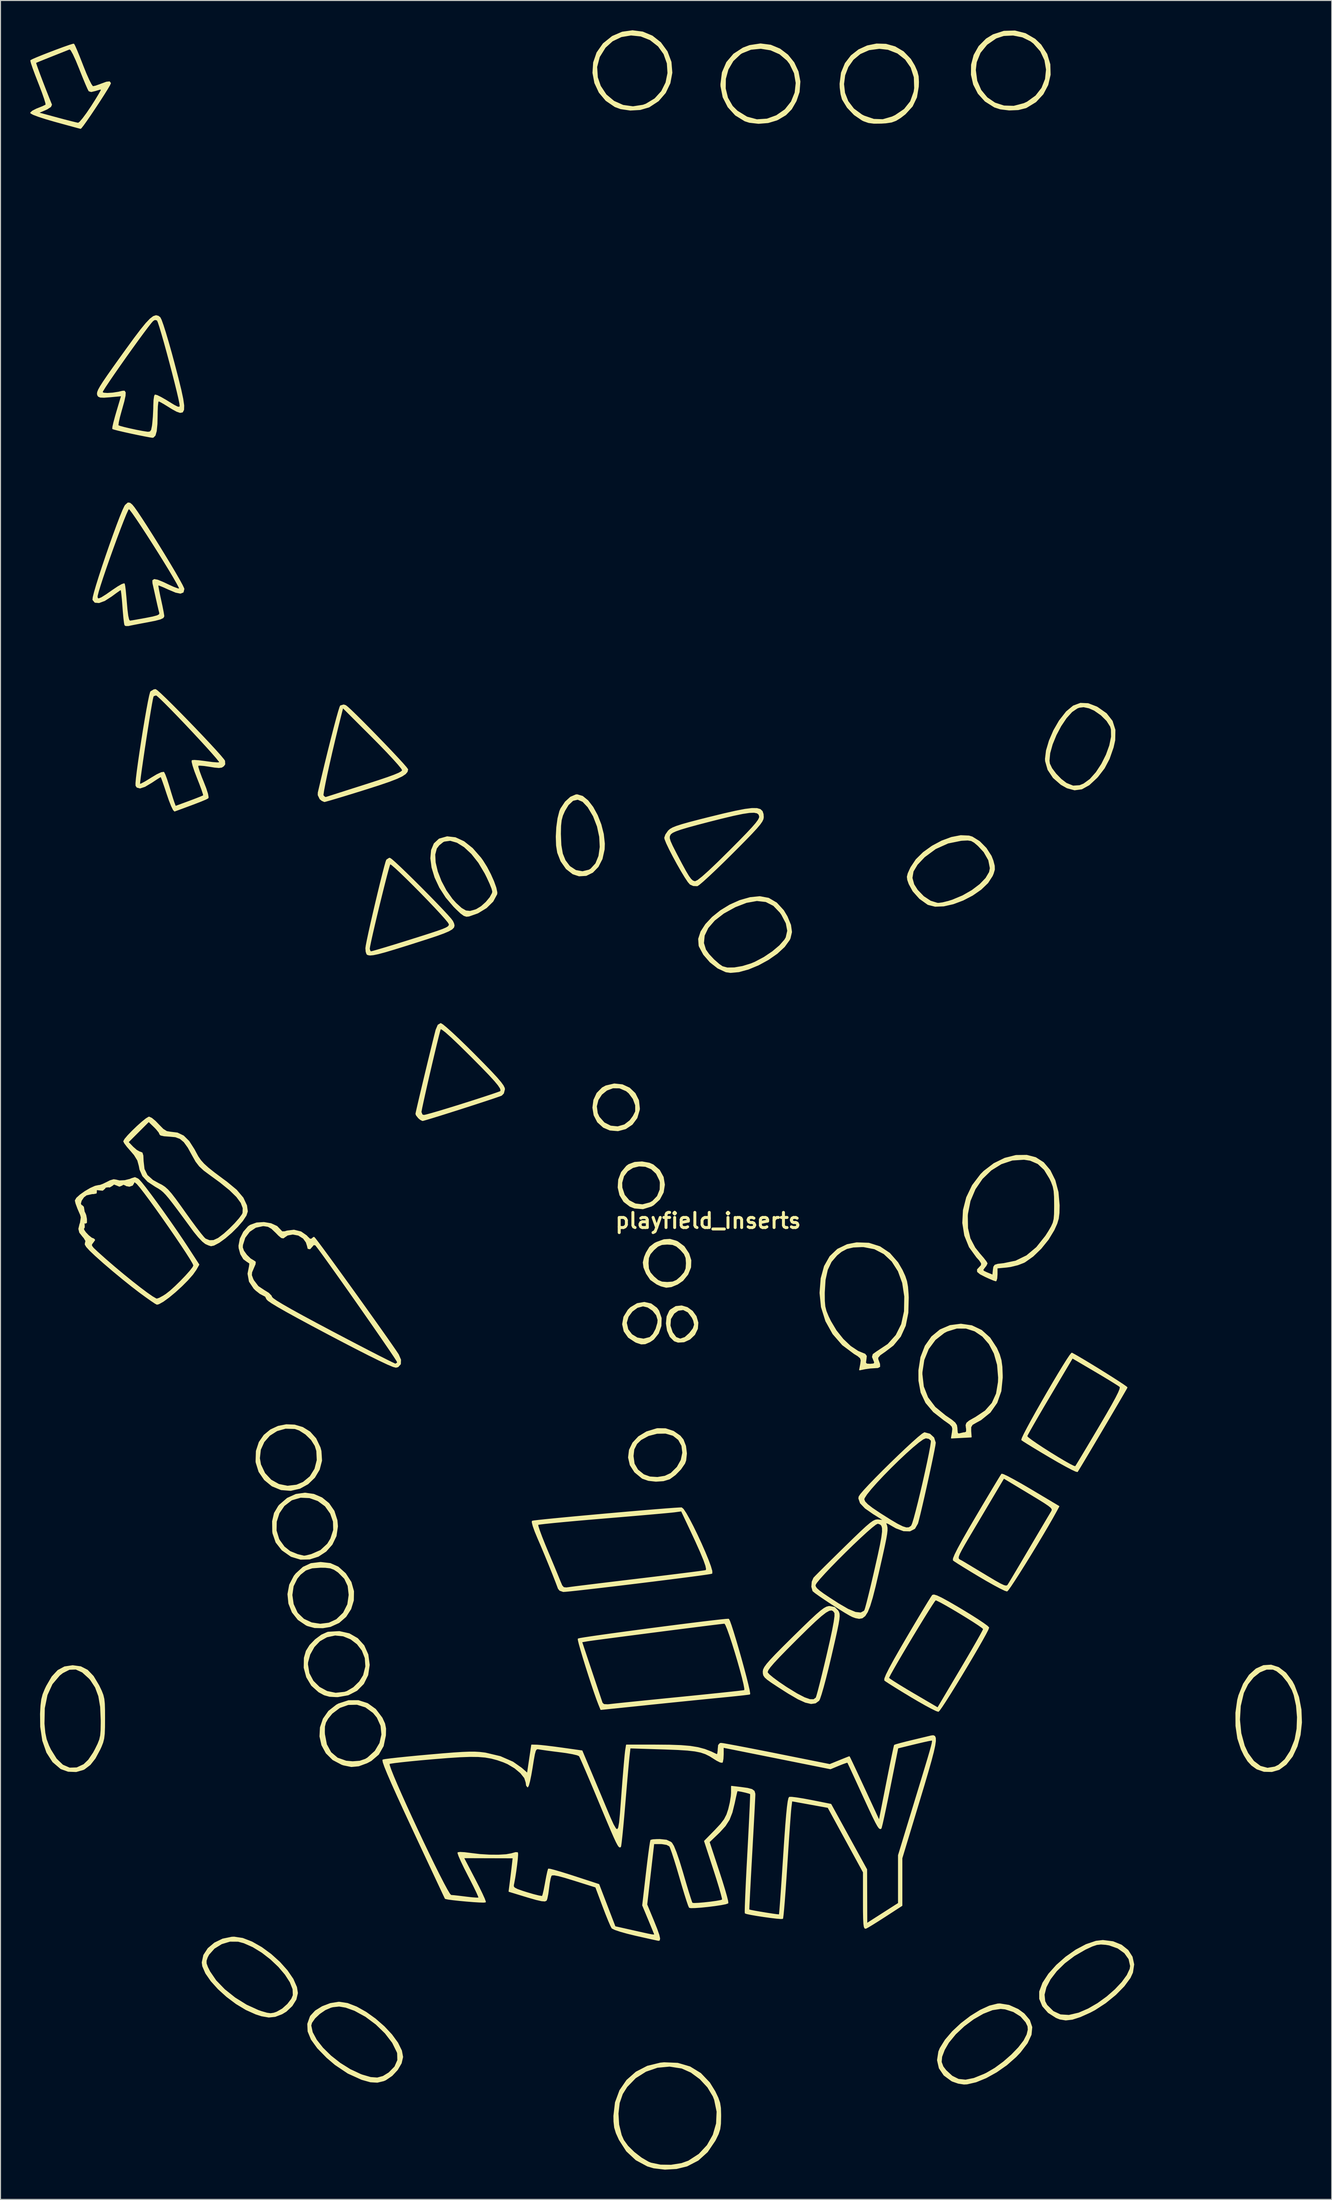
<source format=kicad_pcb>
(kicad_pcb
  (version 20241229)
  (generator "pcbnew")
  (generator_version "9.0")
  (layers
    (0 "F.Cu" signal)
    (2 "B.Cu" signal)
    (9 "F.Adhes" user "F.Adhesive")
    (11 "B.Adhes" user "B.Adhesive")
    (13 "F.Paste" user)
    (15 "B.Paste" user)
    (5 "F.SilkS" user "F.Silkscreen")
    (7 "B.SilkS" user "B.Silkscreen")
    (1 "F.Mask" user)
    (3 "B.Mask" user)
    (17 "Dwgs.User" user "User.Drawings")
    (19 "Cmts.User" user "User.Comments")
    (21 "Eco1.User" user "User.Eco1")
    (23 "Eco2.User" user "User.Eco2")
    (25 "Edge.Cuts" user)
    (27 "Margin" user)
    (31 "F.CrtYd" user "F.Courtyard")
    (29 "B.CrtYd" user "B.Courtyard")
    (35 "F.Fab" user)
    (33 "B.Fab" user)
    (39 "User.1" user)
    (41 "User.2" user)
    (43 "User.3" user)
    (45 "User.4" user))
  (footprint "playfield_inserts"
    (layer "F.Cu")
    (at 68.292 119.902)
    (property "Reference" "playfield_inserts" (at 0 0 0) (layer "F.SilkS") (effects (font (size 1.524 1.524) (thickness 0.3))))
    (attr through_hole)
    (fp_poly (pts (xy -1.039 10.267) (xy -1.085 10.875) (xy -1.368 11.462) (xy -1.368 10.475) (xy -1.46 10.05) (xy -1.6 9.753) (xy -2.015 9.197) (xy -2.503 8.95) (xy -3.025 9.021) (xy -3.456 9.328) (xy -3.797 9.892) (xy -3.847 10.57) (xy -3.62 11.263) (xy -3.246 11.763) (xy -2.816 11.931) (xy -2.334 11.769) (xy -1.868 11.348) (xy -1.497 10.867) (xy -1.368 10.475) (xy -1.368 11.462) (xy -1.373 11.47) (xy -1.851 11.925) (xy -2.434 12.194) (xy -3.033 12.23) (xy -3.406 12.098) (xy -3.827 11.676) (xy -4.098 11.056) (xy -4.206 10.346) (xy -4.138 9.655) (xy -3.881 9.092) (xy -3.792 8.992) (xy -3.256 8.652) (xy -2.671 8.589) (xy -2.097 8.761) (xy -1.593 9.126) (xy -1.221 9.642) (xy -1.039 10.267)) (stroke (width 0.1) (type solid)) (fill yes) (layer "F.SilkS"))
    (fp_poly (pts (xy -4.739 9.811) (xy -4.76 10.594) (xy -5.025 11.335) (xy -5.046 11.362) (xy -5.046 10.001) (xy -5.195 9.501) (xy -5.572 9.034) (xy -6.078 8.696) (xy -6.564 8.579) (xy -7.138 8.73) (xy -7.669 9.121) (xy -8.066 9.661) (xy -8.241 10.254) (xy -8.242 10.315) (xy -8.094 10.961) (xy -7.702 11.478) (xy -7.148 11.818) (xy -6.513 11.932) (xy -5.877 11.769) (xy -5.862 11.761) (xy -5.532 11.437) (xy -5.249 10.909) (xy -5.074 10.309) (xy -5.046 10.001) (xy -5.046 11.362) (xy -5.508 11.94) (xy -5.872 12.187) (xy -6.347 12.391) (xy -6.74 12.412) (xy -7.222 12.253) (xy -7.317 12.212) (xy -8.023 11.746) (xy -8.459 11.13) (xy -8.616 10.427) (xy -8.485 9.697) (xy -8.058 9.005) (xy -7.816 8.764) (xy -7.143 8.358) (xy -6.431 8.235) (xy -5.755 8.387) (xy -5.189 8.807) (xy -4.99 9.082) (xy -4.739 9.811)) (stroke (width 0.1) (type solid)) (fill yes) (layer "F.SilkS"))
    (fp_poly (pts (xy -6.929 -11.285) (xy -6.939 -11.178) (xy -7.182 -10.357) (xy -7.301 -10.197) (xy -7.301 -11.024) (xy -7.302 -11.633) (xy -7.544 -12.286) (xy -7.973 -12.862) (xy -8.248 -13.09) (xy -8.925 -13.38) (xy -9.598 -13.386) (xy -10.219 -13.154) (xy -10.737 -12.734) (xy -11.102 -12.174) (xy -11.265 -11.522) (xy -11.174 -10.826) (xy -10.997 -10.439) (xy -10.482 -9.854) (xy -9.828 -9.522) (xy -9.114 -9.45) (xy -8.42 -9.65) (xy -7.873 -10.075) (xy -7.544 -10.518) (xy -7.323 -10.95) (xy -7.301 -11.024) (xy -7.301 -10.197) (xy -7.664 -9.71) (xy -8.321 -9.269) (xy -9.087 -9.067) (xy -9.897 -9.135) (xy -10.547 -9.413) (xy -11.133 -9.944) (xy -11.486 -10.627) (xy -11.611 -11.387) (xy -11.513 -12.149) (xy -11.194 -12.837) (xy -10.661 -13.375) (xy -10.304 -13.569) (xy -9.455 -13.769) (xy -8.646 -13.683) (xy -7.933 -13.353) (xy -7.372 -12.816) (xy -7.019 -12.114) (xy -6.929 -11.285)) (stroke (width 0.1) (type solid)) (fill yes) (layer "F.SilkS"))
    (fp_poly (pts (xy -4.41 -3.626) (xy -4.533 -2.859) (xy -4.817 -2.32) (xy -4.817 -3.853) (xy -4.865 -4.059) (xy -5.211 -4.76) (xy -5.718 -5.229) (xy -6.324 -5.478) (xy -6.968 -5.518) (xy -7.59 -5.361) (xy -8.128 -5.019) (xy -8.521 -4.503) (xy -8.71 -3.825) (xy -8.696 -3.324) (xy -8.447 -2.576) (xy -7.972 -2.019) (xy -7.337 -1.683) (xy -6.612 -1.598) (xy -5.864 -1.795) (xy -5.588 -1.95) (xy -5.106 -2.451) (xy -4.836 -3.125) (xy -4.817 -3.853) (xy -4.817 -2.32) (xy -4.902 -2.16) (xy -5.513 -1.597) (xy -5.731 -1.472) (xy -6.575 -1.208) (xy -7.418 -1.281) (xy -7.863 -1.454) (xy -8.488 -1.931) (xy -8.889 -2.587) (xy -9.065 -3.346) (xy -9.013 -4.132) (xy -8.73 -4.871) (xy -8.213 -5.487) (xy -8.005 -5.641) (xy -7.403 -5.868) (xy -6.663 -5.917) (xy -5.932 -5.788) (xy -5.547 -5.619) (xy -4.914 -5.076) (xy -4.536 -4.388) (xy -4.41 -3.626)) (stroke (width 0.1) (type solid)) (fill yes) (layer "F.SilkS"))
    (fp_poly (pts (xy -38.95 24.162) (xy -39.182 25.059) (xy -39.382 25.394) (xy -39.382 24.118) (xy -39.425 23.19) (xy -39.589 22.659) (xy -39.971 22.054) (xy -40.542 21.497) (xy -41.187 21.084) (xy -41.629 20.932) (xy -42.577 20.902) (xy -43.445 21.146) (xy -44.187 21.618) (xy -44.758 22.27) (xy -45.114 23.056) (xy -45.21 23.928) (xy -45.098 24.568) (xy -44.677 25.455) (xy -44.043 26.131) (xy -43.256 26.571) (xy -42.376 26.749) (xy -41.461 26.641) (xy -40.795 26.361) (xy -40.092 25.781) (xy -39.612 25.008) (xy -39.382 24.118) (xy -39.382 25.394) (xy -39.655 25.853) (xy -40.324 26.499) (xy -41.139 26.949) (xy -42.056 27.16) (xy -43.021 27.086) (xy -43.931 26.71) (xy -44.692 26.085) (xy -45.246 25.277) (xy -45.532 24.354) (xy -45.546 24.237) (xy -45.511 23.198) (xy -45.224 22.32) (xy -44.732 21.609) (xy -44.082 21.073) (xy -43.322 20.72) (xy -42.5 20.557) (xy -41.662 20.591) (xy -40.856 20.831) (xy -40.129 21.282) (xy -39.529 21.954) (xy -39.103 22.853) (xy -39.008 23.206) (xy -38.95 24.162)) (stroke (width 0.1) (type solid)) (fill yes) (layer "F.SilkS"))
    (fp_poly (pts (xy -2.191 23.446) (xy -2.266 24.146) (xy -2.376 24.444) (xy -2.555 24.704) (xy -2.555 23.369) (xy -2.643 22.66) (xy -2.979 22.049) (xy -3.527 21.618) (xy -4.288 21.397) (xy -5.154 21.411) (xy -6.02 21.637) (xy -6.778 22.049) (xy -7.204 22.458) (xy -7.491 23.025) (xy -7.57 23.703) (xy -7.461 24.49) (xy -7.104 25.102) (xy -6.499 25.592) (xy -5.876 25.819) (xy -5.114 25.868) (xy -4.356 25.745) (xy -3.746 25.459) (xy -3.11 24.831) (xy -2.712 24.114) (xy -2.555 23.369) (xy -2.555 24.704) (xy -2.772 25.019) (xy -3.319 25.583) (xy -3.876 25.99) (xy -3.903 26.004) (xy -4.511 26.188) (xy -5.267 26.237) (xy -6.019 26.154) (xy -6.617 25.945) (xy -6.644 25.928) (xy -7.391 25.312) (xy -7.845 24.605) (xy -8.019 23.852) (xy -7.928 23.097) (xy -7.584 22.385) (xy -7.004 21.763) (xy -6.2 21.274) (xy -5.186 20.965) (xy -5.1 20.95) (xy -4.292 20.962) (xy -3.499 21.225) (xy -2.833 21.689) (xy -2.528 22.066) (xy -2.282 22.701) (xy -2.191 23.446)) (stroke (width 0.1) (type solid)) (fill yes) (layer "F.SilkS"))
    (fp_poly (pts (xy -34.147 44.741) (xy -34.298 45.763) (xy -34.485 46.14) (xy -34.485 44.901) (xy -34.544 44.047) (xy -34.846 43.276) (xy -35.347 42.624) (xy -36 42.125) (xy -36.76 41.816) (xy -37.582 41.733) (xy -38.42 41.912) (xy -39.143 42.32) (xy -39.709 42.916) (xy -40.136 43.681) (xy -40.353 44.476) (xy -40.367 44.691) (xy -40.22 45.594) (xy -39.805 46.376) (xy -39.179 46.999) (xy -38.402 47.42) (xy -37.531 47.602) (xy -36.625 47.503) (xy -36.387 47.425) (xy -35.722 47.036) (xy -35.118 46.444) (xy -34.715 45.801) (xy -34.485 44.901) (xy -34.485 46.14) (xy -34.727 46.63) (xy -35.395 47.305) (xy -36.266 47.753) (xy -37.302 47.938) (xy -37.451 47.94) (xy -38.139 47.902) (xy -38.674 47.753) (xy -39.22 47.455) (xy -39.942 46.809) (xy -40.442 45.971) (xy -40.695 45.021) (xy -40.678 44.039) (xy -40.481 43.351) (xy -40.121 42.774) (xy -39.573 42.207) (xy -38.947 41.742) (xy -38.348 41.471) (xy -38.268 41.453) (xy -37.154 41.389) (xy -36.162 41.612) (xy -35.328 42.093) (xy -34.689 42.802) (xy -34.283 43.709) (xy -34.147 44.741)) (stroke (width 0.1) (type solid)) (fill yes) (layer "F.SilkS"))
    (fp_poly (pts (xy -1.749 3.99) (xy -1.773 4.695) (xy -2.062 5.404) (xy -2.187 5.558) (xy -2.187 4.289) (xy -2.227 3.741) (xy -2.397 3.341) (xy -2.759 2.927) (xy -3.182 2.56) (xy -3.583 2.393) (xy -4.121 2.355) (xy -4.669 2.395) (xy -5.069 2.566) (xy -5.484 2.927) (xy -5.851 3.35) (xy -6.017 3.752) (xy -6.056 4.289) (xy -6.015 4.838) (xy -5.845 5.238) (xy -5.484 5.652) (xy -5.06 6.019) (xy -4.659 6.185) (xy -4.121 6.224) (xy -3.573 6.183) (xy -3.173 6.013) (xy -2.759 5.652) (xy -2.391 5.229) (xy -2.225 4.827) (xy -2.187 4.289) (xy -2.187 5.558) (xy -2.559 6.017) (xy -3.091 6.382) (xy -3.718 6.641) (xy -4.221 6.703) (xy -4.748 6.568) (xy -5.164 6.379) (xy -5.801 5.93) (xy -6.215 5.316) (xy -6.469 4.704) (xy -6.533 4.205) (xy -6.41 3.673) (xy -6.226 3.232) (xy -5.88 2.666) (xy -5.39 2.289) (xy -5.178 2.185) (xy -4.457 1.922) (xy -3.853 1.882) (xy -3.236 2.059) (xy -3.075 2.131) (xy -2.433 2.612) (xy -1.96 3.325) (xy -1.749 3.99)) (stroke (width 0.1) (type solid)) (fill yes) (layer "F.SilkS"))
    (fp_poly (pts (xy -3.66 -115.629) (xy -3.856 -114.579) (xy -4.049 -114.176) (xy -4.049 -115.593) (xy -4.113 -116.579) (xy -4.449 -117.525) (xy -5.013 -118.31) (xy -5.836 -118.955) (xy -6.778 -119.328) (xy -7.773 -119.431) (xy -8.755 -119.266) (xy -9.656 -118.833) (xy -10.375 -118.181) (xy -10.969 -117.226) (xy -11.233 -116.211) (xy -11.165 -115.154) (xy -10.866 -114.28) (xy -10.286 -113.402) (xy -9.502 -112.745) (xy -8.577 -112.334) (xy -7.574 -112.194) (xy -6.559 -112.35) (xy -6.26 -112.459) (xy -5.364 -112.999) (xy -4.687 -113.742) (xy -4.245 -114.627) (xy -4.049 -115.593) (xy -4.049 -114.176) (xy -4.317 -113.616) (xy -5.022 -112.8) (xy -5.953 -112.189) (xy -5.972 -112.181) (xy -6.848 -111.924) (xy -7.844 -111.867) (xy -8.812 -112.008) (xy -9.381 -112.217) (xy -10.29 -112.837) (xy -10.971 -113.65) (xy -11.413 -114.596) (xy -11.606 -115.617) (xy -11.537 -116.652) (xy -11.197 -117.644) (xy -10.575 -118.532) (xy -10.547 -118.562) (xy -9.651 -119.28) (xy -8.658 -119.708) (xy -7.623 -119.852) (xy -6.598 -119.72) (xy -5.639 -119.319) (xy -4.798 -118.655) (xy -4.139 -117.752) (xy -3.748 -116.706) (xy -3.66 -115.629)) (stroke (width 0.1) (type solid)) (fill yes) (layer "F.SilkS"))
    (fp_poly (pts (xy -37.347 30.789) (xy -37.491 31.755) (xy -37.725 32.243) (xy -37.725 31.159) (xy -37.748 30.298) (xy -38.036 29.479) (xy -38.57 28.731) (xy -39.303 28.194) (xy -40.158 27.893) (xy -41.058 27.855) (xy -41.927 28.106) (xy -42.002 28.144) (xy -42.725 28.7) (xy -43.236 29.449) (xy -43.512 30.312) (xy -43.53 31.211) (xy -43.266 32.067) (xy -43.195 32.197) (xy -42.715 32.861) (xy -42.135 33.322) (xy -41.368 33.636) (xy -40.707 33.792) (xy -40.507 33.762) (xy -40.109 33.665) (xy -39.964 33.626) (xy -39.034 33.218) (xy -38.338 32.573) (xy -38.015 32.043) (xy -37.725 31.159) (xy -37.725 32.243) (xy -37.897 32.6) (xy -38.511 33.291) (xy -39.278 33.793) (xy -40.146 34.071) (xy -41.059 34.092) (xy -41.965 33.82) (xy -42.043 33.781) (xy -42.922 33.164) (xy -43.529 32.389) (xy -43.84 31.488) (xy -43.864 31.303) (xy -43.879 30.281) (xy -43.691 29.461) (xy -43.278 28.765) (xy -43.182 28.65) (xy -42.393 27.969) (xy -41.521 27.574) (xy -40.617 27.447) (xy -39.731 27.57) (xy -38.915 27.924) (xy -38.22 28.49) (xy -37.698 29.249) (xy -37.398 30.182) (xy -37.347 30.789)) (stroke (width 0.1) (type solid)) (fill yes) (layer "F.SilkS"))
    (fp_poly (pts (xy 34.449 -115.425) (xy 34.213 -114.411) (xy 34.086 -114.169) (xy 34.086 -115.944) (xy 33.925 -116.903) (xy 33.499 -117.805) (xy 32.806 -118.592) (xy 32.503 -118.827) (xy 31.667 -119.237) (xy 30.715 -119.424) (xy 29.764 -119.378) (xy 29.003 -119.127) (xy 28.073 -118.484) (xy 27.398 -117.659) (xy 27.006 -116.696) (xy 26.914 -115.901) (xy 27.06 -114.804) (xy 27.466 -113.865) (xy 28.088 -113.111) (xy 28.88 -112.57) (xy 29.796 -112.272) (xy 30.791 -112.243) (xy 31.819 -112.513) (xy 32.149 -112.667) (xy 33.013 -113.288) (xy 33.627 -114.079) (xy 33.985 -114.983) (xy 34.086 -115.944) (xy 34.086 -114.169) (xy 33.726 -113.485) (xy 33 -112.705) (xy 32.051 -112.127) (xy 32.004 -112.107) (xy 31.235 -111.915) (xy 30.326 -111.877) (xy 29.433 -111.988) (xy 28.848 -112.177) (xy 27.911 -112.77) (xy 27.211 -113.545) (xy 26.747 -114.449) (xy 26.522 -115.428) (xy 26.536 -116.428) (xy 26.79 -117.397) (xy 27.286 -118.279) (xy 28.024 -119.023) (xy 28.714 -119.447) (xy 29.797 -119.796) (xy 30.898 -119.829) (xy 31.958 -119.559) (xy 32.921 -118.998) (xy 33.513 -118.428) (xy 34.113 -117.491) (xy 34.421 -116.471) (xy 34.449 -115.425)) (stroke (width 0.1) (type solid)) (fill yes) (layer "F.SilkS"))
    (fp_poly (pts (xy -35.73 37.324) (xy -35.746 38.238) (xy -36.011 39.104) (xy -36.166 39.344) (xy -36.166 37.69) (xy -36.272 36.772) (xy -36.618 36.04) (xy -37.245 35.408) (xy -37.288 35.375) (xy -37.68 35.113) (xy -38.065 34.97) (xy -38.571 34.912) (xy -39.042 34.904) (xy -39.902 34.967) (xy -40.549 35.188) (xy -41.088 35.617) (xy -41.423 36.021) (xy -41.811 36.806) (xy -41.938 37.706) (xy -41.806 38.628) (xy -41.416 39.476) (xy -41.364 39.552) (xy -40.751 40.142) (xy -39.96 40.512) (xy -39.08 40.65) (xy -38.2 40.539) (xy -37.441 40.189) (xy -36.735 39.512) (xy -36.304 38.654) (xy -36.166 37.69) (xy -36.166 39.344) (xy -36.502 39.867) (xy -37.196 40.474) (xy -38.07 40.871) (xy -38.814 40.997) (xy -39.644 40.979) (xy -40.339 40.791) (xy -40.487 40.726) (xy -41.303 40.174) (xy -41.892 39.429) (xy -42.239 38.555) (xy -42.332 37.616) (xy -42.159 36.677) (xy -41.705 35.802) (xy -41.516 35.565) (xy -40.799 34.91) (xy -40.016 34.546) (xy -39.069 34.429) (xy -39.025 34.429) (xy -38.07 34.537) (xy -37.283 34.889) (xy -36.565 35.531) (xy -36.534 35.566) (xy -35.985 36.415) (xy -35.73 37.324)) (stroke (width 0.1) (type solid)) (fill yes) (layer "F.SilkS"))
    (fp_poly (pts (xy -32.499 51.156) (xy -32.513 51.787) (xy -32.52 51.863) (xy -32.741 52.91) (xy -32.867 53.13) (xy -32.867 51.755) (xy -32.954 50.867) (xy -33.336 50.025) (xy -33.732 49.544) (xy -34.512 48.976) (xy -35.376 48.707) (xy -36.266 48.728) (xy -37.126 49.033) (xy -37.898 49.615) (xy -38.321 50.131) (xy -38.552 50.537) (xy -38.658 50.953) (xy -38.667 51.518) (xy -38.656 51.732) (xy -38.459 52.763) (xy -38.019 53.568) (xy -37.353 54.133) (xy -36.475 54.443) (xy -35.812 54.5) (xy -35.083 54.445) (xy -34.527 54.254) (xy -34.302 54.118) (xy -33.548 53.437) (xy -33.067 52.63) (xy -32.867 51.755) (xy -32.867 53.13) (xy -33.215 53.741) (xy -33.956 54.375) (xy -34.368 54.596) (xy -35.208 54.906) (xy -35.955 54.975) (xy -36.744 54.812) (xy -36.899 54.759) (xy -37.805 54.282) (xy -38.476 53.616) (xy -38.911 52.817) (xy -39.107 51.942) (xy -39.06 51.045) (xy -38.767 50.184) (xy -38.227 49.414) (xy -37.436 48.79) (xy -37.214 48.672) (xy -36.219 48.35) (xy -35.237 48.347) (xy -34.318 48.644) (xy -33.513 49.225) (xy -32.871 50.073) (xy -32.842 50.127) (xy -32.598 50.66) (xy -32.499 51.156)) (stroke (width 0.1) (type solid)) (fill yes) (layer "F.SilkS"))
    (fp_poly (pts (xy 9.241 -114.74) (xy 9.16 -113.692) (xy 8.869 -112.837) (xy 8.869 -114.595) (xy 8.698 -115.589) (xy 8.237 -116.535) (xy 7.968 -116.887) (xy 7.214 -117.527) (xy 6.296 -117.931) (xy 5.298 -118.09) (xy 4.302 -117.991) (xy 3.391 -117.624) (xy 3.233 -117.521) (xy 2.494 -116.825) (xy 1.993 -115.968) (xy 1.733 -115.016) (xy 1.717 -114.034) (xy 1.949 -113.09) (xy 2.432 -112.25) (xy 2.924 -111.758) (xy 3.902 -111.154) (xy 4.905 -110.886) (xy 5.936 -110.953) (xy 6.883 -111.297) (xy 7.757 -111.903) (xy 8.387 -112.694) (xy 8.762 -113.611) (xy 8.869 -114.595) (xy 8.869 -112.837) (xy 8.852 -112.786) (xy 8.384 -111.976) (xy 7.812 -111.392) (xy 7.028 -110.927) (xy 6.897 -110.866) (xy 6.037 -110.609) (xy 5.074 -110.532) (xy 4.157 -110.636) (xy 3.701 -110.783) (xy 2.754 -111.367) (xy 2.01 -112.185) (xy 1.509 -113.173) (xy 1.292 -114.271) (xy 1.286 -114.476) (xy 1.434 -115.648) (xy 1.873 -116.666) (xy 2.578 -117.498) (xy 3.526 -118.113) (xy 4.184 -118.361) (xy 5.273 -118.525) (xy 6.296 -118.395) (xy 7.219 -118.01) (xy 8.009 -117.412) (xy 8.632 -116.641) (xy 9.054 -115.737) (xy 9.241 -114.74)) (stroke (width 0.1) (type solid)) (fill yes) (layer "F.SilkS"))
    (fp_poly (pts (xy -10.459 -37.974) (xy -10.48 -37.401) (xy -10.694 -36.442) (xy -10.874 -36.093) (xy -10.874 -37.644) (xy -10.925 -38.663) (xy -11.152 -39.72) (xy -11.553 -40.756) (xy -12.1 -41.675) (xy -12.622 -42.231) (xy -13.134 -42.452) (xy -13.631 -42.338) (xy -14.106 -41.891) (xy -14.466 -41.296) (xy -14.68 -40.813) (xy -14.807 -40.344) (xy -14.869 -39.772) (xy -14.886 -38.985) (xy -14.886 -38.941) (xy -14.839 -37.821) (xy -14.689 -36.957) (xy -14.414 -36.281) (xy -13.996 -35.722) (xy -13.936 -35.661) (xy -13.336 -35.268) (xy -12.656 -35.147) (xy -11.997 -35.308) (xy -11.811 -35.419) (xy -11.315 -35.962) (xy -11.003 -36.723) (xy -10.874 -37.644) (xy -10.874 -36.093) (xy -11.094 -35.665) (xy -11.64 -35.1) (xy -12.29 -34.78) (xy -13.003 -34.737) (xy -13.622 -34.939) (xy -14.287 -35.456) (xy -14.825 -36.224) (xy -15.157 -37.074) (xy -15.272 -37.794) (xy -15.301 -38.683) (xy -15.25 -39.628) (xy -15.128 -40.518) (xy -14.944 -41.241) (xy -14.838 -41.49) (xy -14.385 -42.171) (xy -13.858 -42.654) (xy -13.325 -42.883) (xy -13.195 -42.894) (xy -12.66 -42.736) (xy -12.125 -42.3) (xy -11.62 -41.645) (xy -11.172 -40.826) (xy -10.81 -39.904) (xy -10.563 -38.934) (xy -10.459 -37.974)) (stroke (width 0.1) (type solid)) (fill yes) (layer "F.SilkS"))
    (fp_poly (pts (xy 8.394 -29.078) (xy 8.246 -28.447) (xy 8.173 -28.293) (xy 8.016 -28.077) (xy 8.016 -29.2) (xy 7.87 -29.967) (xy 7.415 -30.832) (xy 7.254 -31.064) (xy 6.594 -31.753) (xy 5.816 -32.148) (xy 4.907 -32.25) (xy 3.851 -32.061) (xy 2.72 -31.623) (xy 1.55 -30.977) (xy 0.629 -30.264) (xy -0.027 -29.506) (xy -0.401 -28.73) (xy -0.475 -27.96) (xy -0.267 -27.284) (xy 0.064 -26.816) (xy 0.559 -26.285) (xy 1.101 -25.811) (xy 1.43 -25.584) (xy 1.925 -25.45) (xy 2.63 -25.459) (xy 3.455 -25.6) (xy 4.312 -25.861) (xy 4.713 -26.027) (xy 5.631 -26.513) (xy 6.486 -27.088) (xy 7.203 -27.692) (xy 7.711 -28.269) (xy 7.858 -28.516) (xy 8.016 -29.2) (xy 8.016 -28.077) (xy 7.676 -27.606) (xy 6.947 -26.933) (xy 6.055 -26.31) (xy 5.069 -25.771) (xy 4.059 -25.351) (xy 3.095 -25.085) (xy 2.245 -25.008) (xy 1.789 -25.075) (xy 0.981 -25.45) (xy 0.203 -26.061) (xy -0.449 -26.815) (xy -0.879 -27.616) (xy -0.91 -27.707) (xy -0.957 -28.381) (xy -0.721 -29.105) (xy -0.245 -29.842) (xy 0.428 -30.56) (xy 1.256 -31.223) (xy 2.194 -31.796) (xy 3.2 -32.245) (xy 4.232 -32.536) (xy 5.196 -32.633) (xy 6.081 -32.47) (xy 6.887 -31.997) (xy 7.583 -31.236) (xy 7.948 -30.625) (xy 8.297 -29.78) (xy 8.394 -29.078)) (stroke (width 0.1) (type solid)) (fill yes) (layer "F.SilkS"))
    (fp_poly (pts (xy 21.185 -114.691) (xy 21.167 -114.225) (xy 20.986 -113.154) (xy 20.804 -112.774) (xy 20.804 -114.075) (xy 20.768 -115.183) (xy 20.446 -116.169) (xy 19.873 -116.992) (xy 19.086 -117.611) (xy 18.12 -117.987) (xy 17.242 -118.085) (xy 16.194 -117.944) (xy 15.31 -117.554) (xy 14.601 -116.964) (xy 14.079 -116.223) (xy 13.754 -115.381) (xy 13.637 -114.487) (xy 13.74 -113.589) (xy 14.074 -112.739) (xy 14.649 -111.983) (xy 15.476 -111.373) (xy 15.708 -111.256) (xy 16.682 -110.925) (xy 17.594 -110.894) (xy 18.535 -111.166) (xy 18.851 -111.314) (xy 19.77 -111.936) (xy 20.399 -112.726) (xy 20.748 -113.697) (xy 20.804 -114.075) (xy 20.804 -112.774) (xy 20.556 -112.256) (xy 19.841 -111.474) (xy 19.371 -111.111) (xy 18.914 -110.827) (xy 18.468 -110.663) (xy 17.9 -110.579) (xy 17.441 -110.551) (xy 16.7 -110.544) (xy 16.157 -110.614) (xy 15.677 -110.783) (xy 15.521 -110.859) (xy 14.727 -111.402) (xy 14.027 -112.137) (xy 13.536 -112.941) (xy 13.52 -112.979) (xy 13.389 -113.465) (xy 13.305 -114.109) (xy 13.289 -114.514) (xy 13.43 -115.621) (xy 13.821 -116.567) (xy 14.416 -117.341) (xy 15.169 -117.931) (xy 16.033 -118.326) (xy 16.961 -118.516) (xy 17.906 -118.488) (xy 18.822 -118.231) (xy 19.663 -117.734) (xy 20.382 -116.985) (xy 20.775 -116.332) (xy 21.029 -115.756) (xy 21.156 -115.261) (xy 21.185 -114.691)) (stroke (width 0.1) (type solid)) (fill yes) (layer "F.SilkS"))
    (fp_poly (pts (xy 42.869 74.911) (xy 42.745 75.723) (xy 42.558 76.13) (xy 42.558 75.069) (xy 42.399 74.359) (xy 41.957 73.741) (xy 41.279 73.258) (xy 40.414 72.951) (xy 40.043 72.889) (xy 39.564 72.855) (xy 39.151 72.901) (xy 38.689 73.055) (xy 38.064 73.345) (xy 37.97 73.391) (xy 36.871 74.026) (xy 35.902 74.762) (xy 35.088 75.56) (xy 34.457 76.383) (xy 34.032 77.194) (xy 33.84 77.956) (xy 33.907 78.631) (xy 34.114 79.024) (xy 34.753 79.655) (xy 35.489 79.996) (xy 36.344 80.049) (xy 37.34 79.815) (xy 38.291 79.405) (xy 39.249 78.852) (xy 40.167 78.188) (xy 40.998 77.462) (xy 41.697 76.72) (xy 42.216 76.01) (xy 42.509 75.379) (xy 42.558 75.069) (xy 42.558 76.13) (xy 42.504 76.248) (xy 41.889 77.084) (xy 41.039 77.948) (xy 40.037 78.765) (xy 38.97 79.461) (xy 38.484 79.72) (xy 37.484 80.17) (xy 36.686 80.427) (xy 36.025 80.503) (xy 35.435 80.407) (xy 35.072 80.263) (xy 34.271 79.75) (xy 33.703 79.103) (xy 33.402 78.377) (xy 33.4 77.643) (xy 33.724 76.779) (xy 34.313 75.88) (xy 35.105 74.995) (xy 36.038 74.173) (xy 37.051 73.464) (xy 38.083 72.918) (xy 39.072 72.584) (xy 39.763 72.503) (xy 40.782 72.63) (xy 41.632 72.975) (xy 42.283 73.497) (xy 42.705 74.156) (xy 42.869 74.911)) (stroke (width 0.1) (type solid)) (fill yes) (layer "F.SilkS"))
    (fp_poly (pts (xy 59.768 50.537) (xy 59.632 51.783) (xy 59.37 52.755) (xy 59.37 50.013) (xy 59.27 48.832) (xy 59.034 47.765) (xy 58.841 47.253) (xy 58.391 46.463) (xy 57.85 45.801) (xy 57.283 45.338) (xy 56.905 45.171) (xy 56.249 45.17) (xy 55.568 45.45) (xy 54.917 45.966) (xy 54.353 46.672) (xy 53.933 47.524) (xy 53.912 47.582) (xy 53.606 48.872) (xy 53.525 50.255) (xy 53.661 51.63) (xy 54.007 52.899) (xy 54.355 53.644) (xy 54.949 54.454) (xy 55.621 54.962) (xy 56.345 55.158) (xy 57.096 55.033) (xy 57.48 54.843) (xy 58.111 54.281) (xy 58.659 53.438) (xy 59.093 52.364) (xy 59.137 52.218) (xy 59.328 51.184) (xy 59.37 50.013) (xy 59.37 52.755) (xy 59.321 52.938) (xy 58.845 53.947) (xy 58.215 54.753) (xy 57.517 55.264) (xy 56.79 55.478) (xy 55.996 55.461) (xy 55.291 55.217) (xy 55.258 55.197) (xy 54.763 54.843) (xy 54.374 54.423) (xy 54.016 53.846) (xy 53.717 53.235) (xy 53.359 52.149) (xy 53.174 50.887) (xy 53.167 49.562) (xy 53.343 48.289) (xy 53.465 47.823) (xy 53.932 46.663) (xy 54.523 45.771) (xy 55.205 45.154) (xy 55.946 44.819) (xy 56.71 44.771) (xy 57.466 45.016) (xy 58.181 45.561) (xy 58.819 46.411) (xy 59.03 46.806) (xy 59.477 47.993) (xy 59.72 49.255) (xy 59.768 50.537)) (stroke (width 0.1) (type solid)) (fill yes) (layer "F.SilkS"))
    (fp_poly (pts (xy -21.29 -33.066) (xy -21.301 -32.899) (xy -21.691 -32.176) (xy -21.699 -32.168) (xy -21.699 -33.159) (xy -21.774 -33.451) (xy -21.975 -33.956) (xy -22.267 -34.591) (xy -22.473 -35.003) (xy -23.113 -36.075) (xy -23.818 -36.968) (xy -24.554 -37.656) (xy -25.285 -38.113) (xy -25.977 -38.314) (xy -26.594 -38.23) (xy -26.72 -38.169) (xy -27.128 -37.841) (xy -27.382 -37.506) (xy -27.544 -36.884) (xy -27.503 -36.079) (xy -27.285 -35.16) (xy -26.912 -34.193) (xy -26.409 -33.245) (xy -25.799 -32.383) (xy -25.417 -31.961) (xy -24.862 -31.455) (xy -24.412 -31.195) (xy -23.973 -31.152) (xy -23.45 -31.298) (xy -23.331 -31.346) (xy -22.853 -31.635) (xy -22.373 -32.066) (xy -21.971 -32.547) (xy -21.732 -32.986) (xy -21.699 -33.159) (xy -21.699 -32.168) (xy -22.348 -31.527) (xy -23.202 -31.007) (xy -24.094 -30.691) (xy -24.345 -30.664) (xy -24.594 -30.744) (xy -24.908 -30.971) (xy -25.352 -31.389) (xy -25.611 -31.648) (xy -26.401 -32.572) (xy -27.039 -33.564) (xy -27.514 -34.58) (xy -27.817 -35.575) (xy -27.938 -36.501) (xy -27.867 -37.315) (xy -27.595 -37.969) (xy -27.112 -38.42) (xy -27.067 -38.444) (xy -26.295 -38.664) (xy -25.469 -38.569) (xy -24.613 -38.174) (xy -23.755 -37.491) (xy -22.918 -36.534) (xy -22.713 -36.249) (xy -22.312 -35.606) (xy -21.936 -34.887) (xy -21.618 -34.171) (xy -21.391 -33.538) (xy -21.29 -33.066)) (stroke (width 0.1) (type solid)) (fill yes) (layer "F.SilkS"))
    (fp_poly (pts (xy 40.977 -49.432) (xy 40.958 -48.401) (xy 40.795 -47.676) (xy 40.637 -47.223) (xy 40.637 -48.74) (xy 40.625 -49.49) (xy 40.542 -49.784) (xy 40.169 -50.369) (xy 39.586 -50.947) (xy 38.908 -51.419) (xy 38.371 -51.655) (xy 37.824 -51.77) (xy 37.38 -51.716) (xy 37.181 -51.643) (xy 36.631 -51.271) (xy 36.066 -50.643) (xy 35.523 -49.836) (xy 35.041 -48.925) (xy 34.657 -47.989) (xy 34.409 -47.102) (xy 34.337 -46.341) (xy 34.379 -46.027) (xy 34.605 -45.552) (xy 35.022 -44.995) (xy 35.541 -44.459) (xy 36.074 -44.049) (xy 36.081 -44.044) (xy 36.763 -43.77) (xy 37.432 -43.815) (xy 37.839 -43.983) (xy 38.482 -44.452) (xy 39.098 -45.145) (xy 39.654 -45.991) (xy 40.118 -46.92) (xy 40.457 -47.859) (xy 40.637 -48.74) (xy 40.637 -47.223) (xy 40.393 -46.525) (xy 39.898 -45.586) (xy 39.243 -44.735) (xy 39.148 -44.631) (xy 38.369 -43.906) (xy 37.637 -43.498) (xy 36.914 -43.4) (xy 36.16 -43.604) (xy 35.557 -43.945) (xy 34.774 -44.628) (xy 34.24 -45.432) (xy 33.994 -46.295) (xy 33.982 -46.52) (xy 34.085 -47.358) (xy 34.377 -48.342) (xy 34.818 -49.366) (xy 35.371 -50.326) (xy 35.387 -50.351) (xy 36.093 -51.256) (xy 36.789 -51.837) (xy 37.507 -52.105) (xy 38.276 -52.071) (xy 39.126 -51.745) (xy 39.213 -51.698) (xy 40.11 -51.068) (xy 40.696 -50.317) (xy 40.977 -49.432)) (stroke (width 0.1) (type solid)) (fill yes) (layer "F.SilkS"))
    (fp_poly (pts (xy -30.783 84.231) (xy -30.927 84.854) (xy -31.264 85.431) (xy -31.264 84.555) (xy -31.284 83.855) (xy -31.318 83.742) (xy -31.79 82.785) (xy -32.525 81.826) (xy -33.453 80.925) (xy -34.505 80.142) (xy -35.614 79.536) (xy -36.506 79.217) (xy -37.174 79.104) (xy -37.806 79.172) (xy -38.01 79.223) (xy -38.584 79.47) (xy -39.154 79.86) (xy -39.638 80.319) (xy -39.955 80.774) (xy -40.034 81.064) (xy -39.886 81.758) (xy -39.47 82.531) (xy -38.834 83.337) (xy -38.025 84.132) (xy -37.088 84.87) (xy -36.071 85.506) (xy -35.02 85.997) (xy -34.858 86.057) (xy -34.006 86.305) (xy -33.334 86.355) (xy -32.746 86.198) (xy -32.153 85.832) (xy -31.56 85.229) (xy -31.264 84.555) (xy -31.264 85.431) (xy -31.309 85.508) (xy -31.856 86.098) (xy -32.492 86.533) (xy -32.686 86.618) (xy -33.329 86.772) (xy -34.02 86.733) (xy -34.867 86.496) (xy -34.923 86.476) (xy -36.281 85.86) (xy -37.565 85.002) (xy -38.402 84.288) (xy -39.343 83.325) (xy -39.974 82.453) (xy -40.302 81.652) (xy -40.335 80.904) (xy -40.081 80.188) (xy -40.031 80.102) (xy -39.564 79.599) (xy -38.87 79.167) (xy -38.06 78.859) (xy -37.242 78.726) (xy -37.155 78.725) (xy -36.334 78.851) (xy -35.421 79.205) (xy -34.469 79.74) (xy -33.528 80.414) (xy -32.649 81.181) (xy -31.884 81.998) (xy -31.284 82.821) (xy -30.901 83.604) (xy -30.783 84.231)) (stroke (width 0.1) (type solid)) (fill yes) (layer "F.SilkS"))
    (fp_poly (pts (xy 28.831 -35.366) (xy 28.712 -34.967) (xy 28.612 -34.732) (xy 28.428 -34.448) (xy 28.428 -35.506) (xy 28.265 -36.327) (xy 27.795 -37.15) (xy 27.209 -37.781) (xy 26.818 -38.116) (xy 26.508 -38.291) (xy 26.147 -38.346) (xy 25.605 -38.32) (xy 25.479 -38.31) (xy 24.161 -38.043) (xy 22.9 -37.476) (xy 21.783 -36.652) (xy 21.057 -35.884) (xy 20.641 -35.188) (xy 20.529 -34.525) (xy 20.711 -33.859) (xy 21.069 -33.294) (xy 21.697 -32.641) (xy 22.396 -32.181) (xy 23.08 -31.968) (xy 23.226 -31.96) (xy 23.627 -32.015) (xy 24.194 -32.155) (xy 24.609 -32.285) (xy 25.646 -32.719) (xy 26.587 -33.258) (xy 27.382 -33.861) (xy 27.985 -34.487) (xy 28.345 -35.096) (xy 28.428 -35.506) (xy 28.428 -34.448) (xy 28.162 -34.038) (xy 27.479 -33.381) (xy 26.629 -32.791) (xy 25.677 -32.296) (xy 24.689 -31.926) (xy 23.731 -31.709) (xy 22.869 -31.675) (xy 22.169 -31.851) (xy 22.12 -31.877) (xy 21.309 -32.457) (xy 20.641 -33.207) (xy 20.25 -33.922) (xy 20.106 -34.332) (xy 20.068 -34.638) (xy 20.149 -34.966) (xy 20.363 -35.44) (xy 20.436 -35.588) (xy 20.953 -36.364) (xy 21.684 -37.085) (xy 22.565 -37.719) (xy 23.53 -38.235) (xy 24.513 -38.598) (xy 25.449 -38.778) (xy 26.273 -38.741) (xy 26.598 -38.641) (xy 27.328 -38.187) (xy 27.996 -37.509) (xy 28.505 -36.72) (xy 28.683 -36.269) (xy 28.819 -35.744) (xy 28.831 -35.366)) (stroke (width 0.1) (type solid)) (fill yes) (layer "F.SilkS"))
    (fp_poly (pts (xy -41.38 77.792) (xy -41.53 78.432) (xy -41.793 78.853) (xy -41.793 78.016) (xy -41.817 77.4) (xy -42.1 76.684) (xy -42.599 75.911) (xy -43.268 75.126) (xy -44.064 74.372) (xy -44.941 73.692) (xy -45.857 73.13) (xy -46.764 72.729) (xy -47.343 72.574) (xy -48.182 72.569) (xy -49.021 72.822) (xy -49.765 73.285) (xy -50.32 73.908) (xy -50.472 74.202) (xy -50.581 74.529) (xy -50.578 74.822) (xy -50.442 75.195) (xy -50.217 75.644) (xy -49.598 76.551) (xy -48.724 77.454) (xy -47.67 78.294) (xy -46.513 79.014) (xy -45.329 79.554) (xy -45.006 79.665) (xy -44.454 79.825) (xy -44.082 79.877) (xy -43.756 79.827) (xy -43.452 79.722) (xy -42.89 79.403) (xy -42.356 78.925) (xy -41.951 78.393) (xy -41.793 78.016) (xy -41.793 78.853) (xy -41.932 79.075) (xy -42.517 79.627) (xy -42.941 79.883) (xy -43.62 80.143) (xy -44.263 80.21) (xy -44.988 80.085) (xy -45.568 79.899) (xy -46.553 79.457) (xy -47.543 78.859) (xy -48.49 78.148) (xy -49.348 77.371) (xy -50.069 76.572) (xy -50.607 75.797) (xy -50.914 75.09) (xy -50.968 74.714) (xy -50.81 73.979) (xy -50.375 73.312) (xy -49.721 72.758) (xy -48.906 72.364) (xy -47.991 72.176) (xy -47.753 72.167) (xy -46.9 72.295) (xy -45.964 72.657) (xy -44.996 73.208) (xy -44.048 73.902) (xy -43.17 74.695) (xy -42.414 75.541) (xy -41.831 76.394) (xy -41.472 77.211) (xy -41.38 77.792)) (stroke (width 0.1) (type solid)) (fill yes) (layer "F.SilkS"))
    (fp_poly (pts (xy 32.6 81.232) (xy 32.526 81.991) (xy 32.249 82.584) (xy 32.249 81.486) (xy 32.22 81.132) (xy 32.029 80.734) (xy 32.017 80.712) (xy 31.498 80.119) (xy 30.761 79.658) (xy 29.917 79.389) (xy 29.466 79.345) (xy 28.634 79.471) (xy 27.696 79.839) (xy 26.72 80.401) (xy 25.769 81.109) (xy 24.911 81.916) (xy 24.209 82.774) (xy 23.788 83.501) (xy 23.521 84.202) (xy 23.473 84.741) (xy 23.651 85.215) (xy 23.947 85.6) (xy 24.569 86.173) (xy 25.214 86.495) (xy 25.934 86.569) (xy 26.779 86.399) (xy 27.801 85.988) (xy 28.05 85.868) (xy 28.895 85.375) (xy 29.756 84.742) (xy 30.572 84.029) (xy 31.28 83.295) (xy 31.818 82.598) (xy 32.125 81.998) (xy 32.133 81.974) (xy 32.249 81.486) (xy 32.249 82.584) (xy 32.137 82.824) (xy 31.432 83.744) (xy 30.995 84.205) (xy 30.075 85.016) (xy 29.052 85.733) (xy 27.997 86.319) (xy 26.983 86.734) (xy 26.082 86.942) (xy 25.772 86.958) (xy 25.198 86.87) (xy 24.606 86.663) (xy 24.53 86.625) (xy 23.769 86.063) (xy 23.29 85.357) (xy 23.107 84.552) (xy 23.239 83.694) (xy 23.375 83.363) (xy 23.894 82.527) (xy 24.619 81.679) (xy 25.489 80.867) (xy 26.441 80.137) (xy 27.413 79.536) (xy 28.342 79.109) (xy 29.167 78.903) (xy 29.379 78.891) (xy 30.302 79.04) (xy 31.22 79.451) (xy 31.817 79.889) (xy 32.363 80.535) (xy 32.6 81.232)) (stroke (width 0.1) (type solid)) (fill yes) (layer "F.SilkS"))
    (fp_poly (pts (xy 1.256 90.061) (xy 1.256 90.229) (xy 1.238 90.964) (xy 1.168 91.502) (xy 1.013 91.981) (xy 0.9 92.212) (xy 0.9 89.741) (xy 0.653 88.544) (xy 0.512 88.182) (xy -0.038 87.266) (xy -0.813 86.432) (xy -1.719 85.763) (xy -2.65 85.348) (xy -3.887 85.155) (xy -5.117 85.27) (xy -6.282 85.67) (xy -7.326 86.329) (xy -8.193 87.225) (xy -8.648 87.946) (xy -8.963 88.862) (xy -9.085 89.936) (xy -9.017 91.055) (xy -8.761 92.104) (xy -8.535 92.621) (xy -8.106 93.215) (xy -7.471 93.841) (xy -6.741 94.408) (xy -6.022 94.826) (xy -5.775 94.926) (xy -4.81 95.127) (xy -3.731 95.141) (xy -2.683 94.975) (xy -1.973 94.722) (xy -0.918 94.039) (xy -0.083 93.145) (xy 0.512 92.095) (xy 0.846 90.943) (xy 0.9 89.741) (xy 0.9 92.212) (xy 0.74 92.542) (xy 0.679 92.656) (xy -0.084 93.782) (xy -1.019 94.627) (xy -2.138 95.207) (xy -3.196 95.467) (xy -4.359 95.532) (xy -5.481 95.399) (xy -6.107 95.213) (xy -7.268 94.588) (xy -8.214 93.704) (xy -8.947 92.562) (xy -9.25 91.894) (xy -9.418 91.342) (xy -9.486 90.74) (xy -9.496 90.17) (xy -9.338 88.818) (xy -8.894 87.612) (xy -8.19 86.583) (xy -7.257 85.76) (xy -6.122 85.173) (xy -4.814 84.854) (xy -4.437 84.818) (xy -3.067 84.876) (xy -1.838 85.238) (xy -0.767 85.892) (xy 0.128 86.83) (xy 0.673 87.712) (xy 0.977 88.346) (xy 1.154 88.852) (xy 1.236 89.375) (xy 1.256 90.061)) (stroke (width 0.1) (type solid)) (fill yes) (layer "F.SilkS"))
    (fp_poly (pts (xy -60.809 50.124) (xy -60.814 51.025) (xy -60.839 51.675) (xy -60.896 52.159) (xy -60.999 52.564) (xy -61.145 52.936) (xy -61.145 50.313) (xy -61.203 48.969) (xy -61.388 47.883) (xy -61.718 46.995) (xy -62.209 46.245) (xy -62.345 46.087) (xy -63.037 45.459) (xy -63.698 45.158) (xy -64.357 45.183) (xy -65.043 45.531) (xy -65.357 45.782) (xy -66.098 46.655) (xy -66.606 47.763) (xy -66.878 49.097) (xy -66.911 50.644) (xy -66.904 50.75) (xy -66.826 51.587) (xy -66.688 52.245) (xy -66.449 52.879) (xy -66.251 53.292) (xy -65.671 54.222) (xy -65.028 54.841) (xy -64.335 55.142) (xy -63.609 55.12) (xy -62.894 54.789) (xy -62.417 54.33) (xy -61.925 53.603) (xy -61.734 53.25) (xy -61.469 52.713) (xy -61.299 52.281) (xy -61.202 51.852) (xy -61.157 51.324) (xy -61.145 50.593) (xy -61.145 50.313) (xy -61.145 52.936) (xy -61.16 52.973) (xy -61.281 53.239) (xy -61.767 54.144) (xy -62.269 54.781) (xy -62.84 55.217) (xy -62.945 55.274) (xy -63.669 55.482) (xy -64.47 55.453) (xy -65.196 55.193) (xy -65.219 55.178) (xy -66.013 54.5) (xy -66.619 53.558) (xy -67.032 52.373) (xy -67.242 50.965) (xy -67.258 49.669) (xy -67.212 48.838) (xy -67.137 48.227) (xy -67.004 47.718) (xy -66.79 47.192) (xy -66.639 46.877) (xy -66.092 45.94) (xy -65.504 45.308) (xy -64.836 44.948) (xy -64.045 44.829) (xy -64.005 44.828) (xy -63.211 44.936) (xy -62.54 45.28) (xy -61.952 45.894) (xy -61.404 46.809) (xy -61.365 46.886) (xy -61.133 47.373) (xy -60.977 47.773) (xy -60.881 48.172) (xy -60.831 48.658) (xy -60.812 49.317) (xy -60.809 50.124)) (stroke (width 0.1) (type solid)) (fill yes) (layer "F.SilkS"))
    (fp_poly (pts (xy -30.278 -45.445) (xy -30.329 -45.229) (xy -30.505 -45.018) (xy -30.783 -44.832) (xy -30.783 -45.383) (xy -30.898 -45.577) (xy -31.221 -45.971) (xy -31.721 -46.529) (xy -32.364 -47.218) (xy -33.12 -48) (xy -33.797 -48.684) (xy -36.811 -51.694) (xy -36.979 -51.037) (xy -37.301 -49.753) (xy -37.615 -48.46) (xy -37.912 -47.202) (xy -38.181 -46.021) (xy -38.415 -44.963) (xy -38.601 -44.069) (xy -38.732 -43.383) (xy -38.798 -42.95) (xy -38.799 -42.818) (xy -38.605 -42.632) (xy -38.485 -42.634) (xy -38.268 -42.703) (xy -37.78 -42.859) (xy -37.066 -43.087) (xy -36.175 -43.372) (xy -35.156 -43.697) (xy -34.525 -43.898) (xy -33.287 -44.298) (xy -32.339 -44.617) (xy -31.649 -44.867) (xy -31.182 -45.062) (xy -30.908 -45.215) (xy -30.792 -45.339) (xy -30.783 -45.383) (xy -30.783 -44.832) (xy -30.837 -44.796) (xy -31.358 -44.549) (xy -32.1 -44.262) (xy -33.096 -43.92) (xy -34.377 -43.509) (xy -34.679 -43.414) (xy -35.758 -43.078) (xy -36.734 -42.779) (xy -37.558 -42.531) (xy -38.185 -42.347) (xy -38.567 -42.241) (xy -38.662 -42.221) (xy -38.907 -42.329) (xy -39.097 -42.486) (xy -39.282 -42.87) (xy -39.277 -43.116) (xy -38.938 -44.56) (xy -38.599 -45.975) (xy -38.268 -47.323) (xy -37.956 -48.566) (xy -37.673 -49.665) (xy -37.428 -50.581) (xy -37.232 -51.277) (xy -37.094 -51.713) (xy -37.034 -51.85) (xy -36.72 -51.942) (xy -36.523 -51.879) (xy -36.32 -51.72) (xy -35.932 -51.362) (xy -35.397 -50.843) (xy -34.754 -50.204) (xy -34.041 -49.484) (xy -33.296 -48.721) (xy -32.556 -47.955) (xy -31.861 -47.226) (xy -31.247 -46.571) (xy -30.754 -46.032) (xy -30.419 -45.646) (xy -30.28 -45.454) (xy -30.278 -45.445)) (stroke (width 0.1) (type solid)) (fill yes) (layer "F.SilkS"))
    (fp_poly (pts (xy 29.623 15.816) (xy 29.487 17.165) (xy 29.261 17.806) (xy 29.261 15.8) (xy 29.153 14.505) (xy 28.828 13.363) (xy 28.318 12.398) (xy 27.654 11.636) (xy 26.865 11.101) (xy 25.984 10.82) (xy 25.039 10.817) (xy 24.063 11.118) (xy 23.76 11.275) (xy 22.866 11.976) (xy 22.177 12.908) (xy 21.725 14.017) (xy 21.536 15.249) (xy 21.532 15.46) (xy 21.676 16.714) (xy 22.112 17.82) (xy 22.849 18.795) (xy 23.899 19.659) (xy 23.972 19.707) (xy 24.529 20.088) (xy 24.857 20.366) (xy 25.015 20.613) (xy 25.062 20.898) (xy 25.064 20.996) (xy 25.096 21.377) (xy 25.217 21.491) (xy 25.33 21.465) (xy 25.724 21.372) (xy 25.855 21.363) (xy 26.028 21.281) (xy 26.037 20.984) (xy 26.015 20.865) (xy 25.984 20.591) (xy 26.06 20.385) (xy 26.304 20.18) (xy 26.776 19.91) (xy 26.935 19.824) (xy 27.918 19.169) (xy 28.616 18.384) (xy 29.05 17.429) (xy 29.245 16.265) (xy 29.261 15.8) (xy 29.261 17.806) (xy 29.078 18.328) (xy 28.4 19.293) (xy 27.46 20.053) (xy 26.987 20.308) (xy 26.603 20.53) (xy 26.452 20.783) (xy 26.448 21.185) (xy 26.493 21.783) (xy 25.503 21.835) (xy 24.512 21.886) (xy 24.609 21.29) (xy 24.644 20.957) (xy 24.579 20.716) (xy 24.356 20.483) (xy 23.919 20.172) (xy 23.789 20.085) (xy 22.707 19.24) (xy 21.936 18.327) (xy 21.453 17.3) (xy 21.234 16.112) (xy 21.23 15.077) (xy 21.434 13.759) (xy 21.875 12.622) (xy 22.528 11.693) (xy 23.369 11) (xy 24.373 10.569) (xy 25.46 10.429) (xy 26.555 10.588) (xy 27.534 11.054) (xy 28.372 11.809) (xy 29.042 12.834) (xy 29.059 12.868) (xy 29.33 13.483) (xy 29.5 14.063) (xy 29.59 14.722) (xy 29.622 15.574) (xy 29.623 15.816)) (stroke (width 0.1) (type solid)) (fill yes) (layer "F.SilkS"))
    (fp_poly (pts (xy -20.522 -13.242) (xy -20.628 -12.839) (xy -20.816 -12.642) (xy -20.865 -12.623) (xy -20.865 -13.141) (xy -20.936 -13.352) (xy -21.144 -13.666) (xy -21.512 -14.109) (xy -22.058 -14.705) (xy -22.805 -15.479) (xy -23.773 -16.456) (xy -23.961 -16.644) (xy -25.01 -17.679) (xy -25.837 -18.467) (xy -26.442 -19.007) (xy -26.823 -19.298) (xy -26.98 -19.34) (xy -26.982 -19.335) (xy -27.071 -19.023) (xy -27.216 -18.455) (xy -27.405 -17.687) (xy -27.624 -16.774) (xy -27.861 -15.772) (xy -28.102 -14.737) (xy -28.335 -13.724) (xy -28.546 -12.788) (xy -28.723 -11.987) (xy -28.854 -11.375) (xy -28.924 -11.008) (xy -28.932 -10.936) (xy -28.815 -10.652) (xy -28.638 -10.6) (xy -28.398 -10.649) (xy -27.888 -10.788) (xy -27.156 -11) (xy -26.254 -11.272) (xy -25.229 -11.588) (xy -24.671 -11.764) (xy -23.617 -12.099) (xy -22.674 -12.404) (xy -21.888 -12.663) (xy -21.306 -12.861) (xy -20.972 -12.982) (xy -20.913 -13.01) (xy -20.865 -13.141) (xy -20.865 -12.623) (xy -21.049 -12.552) (xy -21.541 -12.382) (xy -22.238 -12.149) (xy -23.087 -11.871) (xy -24.031 -11.564) (xy -25.018 -11.247) (xy -25.993 -10.937) (xy -26.901 -10.651) (xy -27.688 -10.407) (xy -28.299 -10.222) (xy -28.68 -10.114) (xy -28.778 -10.093) (xy -28.989 -10.199) (xy -29.173 -10.357) (xy -29.385 -10.624) (xy -29.437 -10.759) (xy -29.399 -10.95) (xy -29.294 -11.414) (xy -29.135 -12.098) (xy -28.934 -12.95) (xy -28.704 -13.914) (xy -28.458 -14.94) (xy -28.209 -15.972) (xy -27.969 -16.957) (xy -27.752 -17.844) (xy -27.57 -18.577) (xy -27.436 -19.104) (xy -27.406 -19.218) (xy -27.204 -19.695) (xy -26.944 -19.849) (xy -26.749 -19.734) (xy -26.355 -19.409) (xy -25.796 -18.908) (xy -25.107 -18.261) (xy -24.322 -17.501) (xy -23.586 -16.769) (xy -22.608 -15.779) (xy -21.85 -14.994) (xy -21.287 -14.386) (xy -20.898 -13.929) (xy -20.657 -13.596) (xy -20.541 -13.358) (xy -20.522 -13.242)) (stroke (width 0.1) (type solid)) (fill yes) (layer "F.SilkS"))
    (fp_poly (pts (xy 5.551 -40.64) (xy 5.522 -40.456) (xy 5.416 -40.23) (xy 5.209 -39.933) (xy 5.187 -39.908) (xy 5.187 -40.727) (xy 5.112 -40.94) (xy 4.935 -41.078) (xy 4.623 -41.139) (xy 4.146 -41.12) (xy 3.469 -41.018) (xy 2.562 -40.829) (xy 1.391 -40.55) (xy 0.185 -40.245) (xy -1.075 -39.917) (xy -2.045 -39.651) (xy -2.763 -39.437) (xy -3.265 -39.26) (xy -3.59 -39.11) (xy -3.774 -38.972) (xy -3.818 -38.917) (xy -3.909 -38.734) (xy -3.919 -38.521) (xy -3.83 -38.214) (xy -3.623 -37.751) (xy -3.276 -37.069) (xy -3.188 -36.899) (xy -2.672 -35.92) (xy -2.279 -35.202) (xy -1.982 -34.706) (xy -1.754 -34.393) (xy -1.567 -34.222) (xy -1.395 -34.155) (xy -1.295 -34.147) (xy -1.047 -34.266) (xy -0.589 -34.624) (xy 0.083 -35.224) (xy 0.971 -36.069) (xy 2.08 -37.163) (xy 2.154 -37.237) (xy 3.123 -38.211) (xy 3.873 -38.981) (xy 4.429 -39.574) (xy 4.814 -40.018) (xy 5.052 -40.341) (xy 5.168 -40.57) (xy 5.187 -40.727) (xy 5.187 -39.908) (xy 4.874 -39.535) (xy 4.385 -39.006) (xy 3.717 -38.316) (xy 2.844 -37.435) (xy 2.397 -36.988) (xy 1.54 -36.141) (xy 0.745 -35.373) (xy 0.048 -34.716) (xy -0.516 -34.203) (xy -0.912 -33.867) (xy -1.099 -33.742) (xy -1.491 -33.758) (xy -1.807 -33.9) (xy -2.011 -34.135) (xy -2.322 -34.601) (xy -2.703 -35.231) (xy -3.117 -35.955) (xy -3.525 -36.706) (xy -3.891 -37.415) (xy -4.177 -38.014) (xy -4.345 -38.435) (xy -4.374 -38.571) (xy -4.268 -38.875) (xy -4.012 -39.244) (xy -3.995 -39.263) (xy -3.823 -39.415) (xy -3.561 -39.564) (xy -3.168 -39.722) (xy -2.602 -39.903) (xy -1.821 -40.122) (xy -0.783 -40.391) (xy 0.121 -40.618) (xy 1.601 -40.98) (xy 2.788 -41.249) (xy 3.715 -41.427) (xy 4.413 -41.513) (xy 4.911 -41.508) (xy 5.243 -41.411) (xy 5.44 -41.223) (xy 5.532 -40.944) (xy 5.551 -40.64)) (stroke (width 0.1) (type solid)) (fill yes) (layer "F.SilkS"))
    (fp_poly (pts (xy 13.2 39.828) (xy 13.169 40.167) (xy 13.086 40.654) (xy 12.947 41.33) (xy 12.775 42.106) (xy 12.775 39.832) (xy 12.772 39.527) (xy 12.758 39.488) (xy 12.617 39.289) (xy 12.435 39.203) (xy 12.186 39.246) (xy 11.843 39.438) (xy 11.379 39.798) (xy 10.766 40.343) (xy 9.979 41.094) (xy 8.991 42.068) (xy 8.863 42.195) (xy 7.895 43.166) (xy 7.15 43.93) (xy 6.605 44.515) (xy 6.237 44.946) (xy 6.025 45.247) (xy 5.947 45.445) (xy 5.952 45.517) (xy 6.126 45.724) (xy 6.531 46.062) (xy 7.109 46.489) (xy 7.804 46.96) (xy 7.948 47.053) (xy 8.934 47.658) (xy 9.693 48.052) (xy 10.251 48.247) (xy 10.637 48.251) (xy 10.877 48.074) (xy 10.882 48.067) (xy 10.957 47.851) (xy 11.095 47.354) (xy 11.284 46.624) (xy 11.512 45.708) (xy 11.768 44.653) (xy 11.965 43.82) (xy 12.296 42.377) (xy 12.54 41.241) (xy 12.698 40.399) (xy 12.775 39.832) (xy 12.775 42.106) (xy 12.745 42.238) (xy 12.474 43.417) (xy 12.37 43.866) (xy 12.096 45.016) (xy 11.832 46.067) (xy 11.59 46.972) (xy 11.383 47.683) (xy 11.226 48.151) (xy 11.144 48.319) (xy 10.806 48.567) (xy 10.368 48.629) (xy 9.797 48.496) (xy 9.056 48.159) (xy 8.109 47.607) (xy 7.863 47.452) (xy 7.006 46.903) (xy 6.392 46.499) (xy 5.981 46.204) (xy 5.732 45.981) (xy 5.604 45.794) (xy 5.558 45.607) (xy 5.551 45.395) (xy 5.584 45.21) (xy 5.702 44.976) (xy 5.93 44.664) (xy 6.295 44.244) (xy 6.822 43.687) (xy 7.537 42.962) (xy 8.467 42.039) (xy 8.621 41.888) (xy 9.578 40.951) (xy 10.33 40.226) (xy 10.909 39.688) (xy 11.348 39.31) (xy 11.676 39.065) (xy 11.927 38.927) (xy 12.132 38.869) (xy 12.234 38.862) (xy 12.726 38.959) (xy 13.055 39.283) (xy 13.138 39.427) (xy 13.188 39.595) (xy 13.2 39.828)) (stroke (width 0.1) (type solid)) (fill yes) (layer "F.SilkS"))
    (fp_poly (pts (xy 28.255 40.99) (xy 28.173 41.203) (xy 27.941 41.652) (xy 27.753 41.991) (xy 27.753 41.122) (xy 27.617 40.99) (xy 27.247 40.727) (xy 26.702 40.37) (xy 26.039 39.954) (xy 25.319 39.513) (xy 24.599 39.084) (xy 23.937 38.702) (xy 23.393 38.403) (xy 23.025 38.222) (xy 22.907 38.184) (xy 22.791 38.322) (xy 22.534 38.705) (xy 22.162 39.288) (xy 21.703 40.024) (xy 21.185 40.869) (xy 20.635 41.777) (xy 20.08 42.702) (xy 19.548 43.599) (xy 19.066 44.422) (xy 18.662 45.125) (xy 18.362 45.663) (xy 18.195 45.99) (xy 18.17 46.064) (xy 18.309 46.181) (xy 18.692 46.436) (xy 19.271 46.8) (xy 20 47.242) (xy 20.651 47.627) (xy 23.128 49.08) (xy 25.439 45.188) (xy 26.051 44.151) (xy 26.603 43.205) (xy 27.071 42.39) (xy 27.434 41.745) (xy 27.668 41.309) (xy 27.753 41.122) (xy 27.753 41.122) (xy 27.753 41.991) (xy 27.586 42.292) (xy 27.135 43.079) (xy 26.615 43.969) (xy 26.052 44.916) (xy 25.474 45.877) (xy 24.907 46.805) (xy 24.378 47.658) (xy 23.914 48.389) (xy 23.542 48.955) (xy 23.288 49.31) (xy 23.188 49.414) (xy 22.975 49.345) (xy 22.528 49.127) (xy 21.897 48.789) (xy 21.135 48.356) (xy 20.464 47.96) (xy 19.635 47.459) (xy 18.901 47.008) (xy 18.314 46.639) (xy 17.925 46.385) (xy 17.791 46.286) (xy 17.801 46.114) (xy 17.962 45.716) (xy 18.28 45.082) (xy 18.763 44.198) (xy 19.416 43.052) (xy 20.017 42.021) (xy 20.647 40.953) (xy 21.229 39.974) (xy 21.738 39.125) (xy 22.152 38.444) (xy 22.447 37.971) (xy 22.598 37.743) (xy 22.606 37.734) (xy 22.75 37.705) (xy 23.042 37.794) (xy 23.515 38.018) (xy 24.198 38.39) (xy 25.121 38.926) (xy 25.521 39.164) (xy 26.376 39.684) (xy 27.122 40.156) (xy 27.714 40.552) (xy 28.107 40.839) (xy 28.254 40.988) (xy 28.255 40.99)) (stroke (width 0.1) (type solid)) (fill yes) (layer "F.SilkS"))
    (fp_poly (pts (xy 42.188 16.807) (xy 42.088 16.99) (xy 41.842 17.415) (xy 41.519 17.97) (xy 41.519 16.764) (xy 41.496 16.716) (xy 41.288 16.568) (xy 40.843 16.286) (xy 40.217 15.902) (xy 39.465 15.451) (xy 38.994 15.173) (xy 36.692 13.82) (xy 34.416 17.659) (xy 33.806 18.691) (xy 33.255 19.635) (xy 32.785 20.449) (xy 32.419 21.093) (xy 32.18 21.527) (xy 32.092 21.709) (xy 32.214 21.849) (xy 32.569 22.121) (xy 33.101 22.49) (xy 33.753 22.92) (xy 34.468 23.375) (xy 35.19 23.82) (xy 35.86 24.219) (xy 36.423 24.537) (xy 36.822 24.737) (xy 36.999 24.785) (xy 36.999 24.784) (xy 37.102 24.627) (xy 37.353 24.217) (xy 37.728 23.594) (xy 38.205 22.797) (xy 38.762 21.862) (xy 39.374 20.83) (xy 39.386 20.809) (xy 40.112 19.574) (xy 40.672 18.597) (xy 41.079 17.853) (xy 41.347 17.317) (xy 41.49 16.963) (xy 41.519 16.764) (xy 41.519 17.97) (xy 41.479 18.039) (xy 41.024 18.815) (xy 40.505 19.7) (xy 39.946 20.647) (xy 39.376 21.612) (xy 38.82 22.551) (xy 38.306 23.417) (xy 37.859 24.167) (xy 37.506 24.756) (xy 37.274 25.137) (xy 37.192 25.266) (xy 37.022 25.222) (xy 36.611 25.029) (xy 36.007 24.71) (xy 35.256 24.292) (xy 34.419 23.805) (xy 33.561 23.296) (xy 32.801 22.838) (xy 32.188 22.461) (xy 31.769 22.197) (xy 31.597 22.076) (xy 31.644 21.904) (xy 31.839 21.49) (xy 32.159 20.877) (xy 32.576 20.108) (xy 33.067 19.227) (xy 33.607 18.277) (xy 34.169 17.302) (xy 34.729 16.346) (xy 35.262 15.451) (xy 35.743 14.661) (xy 36.146 14.02) (xy 36.446 13.571) (xy 36.619 13.358) (xy 36.645 13.348) (xy 37.111 13.607) (xy 37.734 13.971) (xy 38.462 14.409) (xy 39.245 14.888) (xy 40.029 15.375) (xy 40.763 15.838) (xy 41.394 16.245) (xy 41.872 16.563) (xy 42.145 16.76) (xy 42.188 16.807)) (stroke (width 0.1) (type solid)) (fill yes) (layer "F.SilkS"))
    (fp_poly (pts (xy 35.327 28.777) (xy 35.08 29.233) (xy 34.69 29.935) (xy 34.656 29.994) (xy 34.656 29.18) (xy 34.655 29.047) (xy 34.546 28.89) (xy 34.291 28.681) (xy 33.856 28.388) (xy 33.204 27.984) (xy 32.3 27.437) (xy 32.298 27.436) (xy 29.78 25.92) (xy 27.615 29.571) (xy 26.874 30.818) (xy 26.287 31.806) (xy 25.84 32.567) (xy 25.521 33.133) (xy 25.314 33.537) (xy 25.207 33.812) (xy 25.186 33.988) (xy 25.237 34.1) (xy 25.346 34.178) (xy 25.5 34.256) (xy 25.603 34.313) (xy 25.957 34.525) (xy 26.524 34.866) (xy 27.229 35.29) (xy 27.998 35.754) (xy 28.088 35.808) (xy 28.875 36.277) (xy 29.427 36.586) (xy 29.791 36.756) (xy 30.017 36.807) (xy 30.152 36.759) (xy 30.206 36.695) (xy 30.343 36.475) (xy 30.623 36.01) (xy 31.02 35.344) (xy 31.507 34.523) (xy 32.057 33.591) (xy 32.374 33.054) (xy 32.951 32.074) (xy 33.482 31.174) (xy 33.94 30.4) (xy 34.297 29.799) (xy 34.525 29.418) (xy 34.585 29.32) (xy 34.656 29.18) (xy 34.656 29.994) (xy 34.208 30.772) (xy 33.661 31.701) (xy 33.074 32.679) (xy 32.475 33.663) (xy 31.889 34.61) (xy 31.344 35.478) (xy 30.866 36.223) (xy 30.481 36.803) (xy 30.217 37.175) (xy 30.102 37.295) (xy 29.883 37.225) (xy 29.43 37.007) (xy 28.794 36.668) (xy 28.028 36.237) (xy 27.37 35.851) (xy 26.541 35.353) (xy 25.808 34.906) (xy 25.223 34.54) (xy 24.836 34.289) (xy 24.705 34.192) (xy 24.714 34.023) (xy 24.872 33.633) (xy 25.185 33.01) (xy 25.661 32.14) (xy 26.307 31.011) (xy 26.997 29.834) (xy 27.632 28.759) (xy 28.215 27.779) (xy 28.723 26.93) (xy 29.132 26.25) (xy 29.421 25.777) (xy 29.567 25.549) (xy 29.577 25.535) (xy 29.749 25.581) (xy 30.163 25.777) (xy 30.772 26.101) (xy 31.531 26.526) (xy 32.395 27.03) (xy 32.508 27.097) (xy 35.327 28.777)) (stroke (width 0.1) (type solid)) (fill yes) (layer "F.SilkS"))
    (fp_poly (pts (xy -25.6 -29.732) (xy -25.646 -29.554) (xy -25.816 -29.378) (xy -26.073 -29.229) (xy -26.073 -29.871) (xy -26.184 -30.058) (xy -26.493 -30.433) (xy -26.961 -30.957) (xy -27.55 -31.591) (xy -28.223 -32.297) (xy -28.939 -33.034) (xy -29.663 -33.765) (xy -30.355 -34.451) (xy -30.977 -35.053) (xy -31.491 -35.531) (xy -31.859 -35.848) (xy -32.043 -35.964) (xy -32.053 -35.96) (xy -32.123 -35.771) (xy -32.256 -35.307) (xy -32.438 -34.623) (xy -32.656 -33.771) (xy -32.897 -32.806) (xy -33.149 -31.782) (xy -33.398 -30.75) (xy -33.631 -29.767) (xy -33.835 -28.884) (xy -33.997 -28.155) (xy -34.104 -27.634) (xy -34.143 -27.376) (xy -34.06 -27.127) (xy -33.964 -27.082) (xy -33.756 -27.131) (xy -33.277 -27.266) (xy -32.574 -27.475) (xy -31.697 -27.741) (xy -30.694 -28.051) (xy -30.221 -28.199) (xy -28.961 -28.596) (xy -27.985 -28.908) (xy -27.258 -29.149) (xy -26.743 -29.335) (xy -26.403 -29.48) (xy -26.203 -29.599) (xy -26.106 -29.706) (xy -26.075 -29.816) (xy -26.073 -29.871) (xy -26.073 -29.229) (xy -26.139 -29.191) (xy -26.645 -28.975) (xy -27.366 -28.714) (xy -28.331 -28.394) (xy -29.571 -27.998) (xy -30.349 -27.751) (xy -31.577 -27.369) (xy -32.525 -27.086) (xy -33.231 -26.897) (xy -33.734 -26.791) (xy -34.071 -26.761) (xy -34.28 -26.797) (xy -34.371 -26.858) (xy -34.454 -27.094) (xy -34.483 -27.44) (xy -34.445 -27.714) (xy -34.339 -28.254) (xy -34.179 -29.007) (xy -33.976 -29.917) (xy -33.744 -30.929) (xy -33.495 -31.991) (xy -33.243 -33.046) (xy -33.001 -34.042) (xy -32.78 -34.922) (xy -32.595 -35.634) (xy -32.458 -36.123) (xy -32.384 -36.329) (xy -32.136 -36.495) (xy -32.075 -36.502) (xy -31.903 -36.387) (xy -31.537 -36.067) (xy -31.017 -35.582) (xy -30.38 -34.969) (xy -29.666 -34.269) (xy -28.914 -33.519) (xy -28.161 -32.759) (xy -27.447 -32.028) (xy -26.811 -31.364) (xy -26.291 -30.805) (xy -25.926 -30.392) (xy -25.755 -30.164) (xy -25.646 -29.931) (xy -25.6 -29.732)) (stroke (width 0.1) (type solid)) (fill yes) (layer "F.SilkS"))
    (fp_poly (pts (xy 20.157 7.743) (xy 20.117 9.277) (xy 19.857 10.572) (xy 19.806 10.683) (xy 19.806 7.636) (xy 19.596 6.266) (xy 19.162 5.071) (xy 18.528 4.081) (xy 17.72 3.323) (xy 16.761 2.825) (xy 15.676 2.616) (xy 15.475 2.611) (xy 14.617 2.651) (xy 13.97 2.798) (xy 13.418 3.09) (xy 12.958 3.463) (xy 12.39 4.123) (xy 12.002 4.938) (xy 11.776 5.96) (xy 11.696 7.239) (xy 11.696 7.326) (xy 11.704 8.086) (xy 11.752 8.639) (xy 11.871 9.115) (xy 12.089 9.643) (xy 12.323 10.128) (xy 12.887 11.076) (xy 13.578 11.943) (xy 14.331 12.659) (xy 15.078 13.156) (xy 15.4 13.292) (xy 15.789 13.449) (xy 15.929 13.636) (xy 15.896 13.96) (xy 15.892 13.978) (xy 15.847 14.314) (xy 15.976 14.445) (xy 16.321 14.466) (xy 16.686 14.429) (xy 16.778 14.294) (xy 16.755 14.214) (xy 16.599 13.828) (xy 16.555 13.721) (xy 16.625 13.469) (xy 17.012 13.193) (xy 17.018 13.19) (xy 18.115 12.461) (xy 18.938 11.547) (xy 19.492 10.439) (xy 19.779 9.132) (xy 19.806 7.636) (xy 19.806 10.683) (xy 19.366 11.651) (xy 18.633 12.54) (xy 17.813 13.164) (xy 17.312 13.513) (xy 17.089 13.776) (xy 17.086 13.949) (xy 17.265 14.435) (xy 17.274 14.692) (xy 17.092 14.79) (xy 16.862 14.803) (xy 16.316 14.838) (xy 15.809 14.912) (xy 15.26 15.022) (xy 15.372 14.426) (xy 15.418 14.067) (xy 15.344 13.828) (xy 15.088 13.607) (xy 14.719 13.382) (xy 13.539 12.501) (xy 12.575 11.392) (xy 11.858 10.105) (xy 11.413 8.688) (xy 11.27 7.275) (xy 11.384 5.816) (xy 11.72 4.593) (xy 12.274 3.614) (xy 13.038 2.886) (xy 14.008 2.418) (xy 14.959 2.233) (xy 16.185 2.276) (xy 17.295 2.63) (xy 18.271 3.284) (xy 19.094 4.225) (xy 19.543 4.998) (xy 19.812 5.586) (xy 19.984 6.099) (xy 20.084 6.658) (xy 20.141 7.384) (xy 20.157 7.743)) (stroke (width 0.1) (type solid)) (fill yes) (layer "F.SilkS"))
    (fp_poly (pts (xy 35.357 -1.543) (xy 35.341 -0.785) (xy 35.273 -0.223) (xy 35.122 0.283) (xy 34.904 0.77) (xy 34.904 -1.591) (xy 34.894 -2.407) (xy 34.852 -2.993) (xy 34.758 -3.453) (xy 34.594 -3.895) (xy 34.428 -4.249) (xy 33.876 -5.15) (xy 33.23 -5.753) (xy 32.446 -6.092) (xy 31.818 -6.188) (xy 30.636 -6.111) (xy 29.514 -5.735) (xy 28.49 -5.099) (xy 27.602 -4.239) (xy 26.886 -3.193) (xy 26.38 -1.998) (xy 26.122 -0.691) (xy 26.106 -0.487) (xy 26.129 0.754) (xy 26.374 1.802) (xy 26.866 2.738) (xy 27.346 3.342) (xy 27.726 3.782) (xy 27.994 4.129) (xy 28.091 4.301) (xy 27.99 4.514) (xy 27.82 4.731) (xy 27.668 4.939) (xy 27.733 5.081) (xy 28.063 5.241) (xy 28.115 5.262) (xy 28.68 5.494) (xy 28.731 4.956) (xy 28.777 4.654) (xy 28.898 4.484) (xy 29.178 4.395) (xy 29.702 4.335) (xy 29.759 4.33) (xy 30.987 4.075) (xy 32.091 3.537) (xy 33.092 2.7) (xy 34.009 1.551) (xy 34.315 1.071) (xy 34.584 0.609) (xy 34.756 0.233) (xy 34.852 -0.156) (xy 34.894 -0.657) (xy 34.904 -1.371) (xy 34.904 -1.591) (xy 34.904 0.77) (xy 34.859 0.871) (xy 34.823 0.945) (xy 34.259 1.879) (xy 33.528 2.785) (xy 32.717 3.571) (xy 31.91 4.142) (xy 31.798 4.202) (xy 31.189 4.437) (xy 30.46 4.615) (xy 30.08 4.668) (xy 29.101 4.757) (xy 29.101 5.406) (xy 29.072 5.818) (xy 29 6.041) (xy 28.975 6.054) (xy 28.764 5.987) (xy 28.352 5.816) (xy 27.965 5.641) (xy 27.41 5.357) (xy 27.143 5.134) (xy 27.134 4.928) (xy 27.334 4.71) (xy 27.533 4.497) (xy 27.542 4.28) (xy 27.34 3.975) (xy 27.063 3.669) (xy 26.32 2.644) (xy 25.85 1.481) (xy 25.651 0.229) (xy 25.717 -1.061) (xy 26.045 -2.339) (xy 26.63 -3.554) (xy 27.469 -4.657) (xy 27.789 -4.978) (xy 28.797 -5.748) (xy 29.892 -6.282) (xy 31.012 -6.564) (xy 32.095 -6.577) (xy 32.987 -6.346) (xy 33.776 -5.841) (xy 34.43 -5.064) (xy 34.926 -4.062) (xy 35.243 -2.88) (xy 35.356 -1.565) (xy 35.357 -1.543)) (stroke (width 0.1) (type solid)) (fill yes) (layer "F.SilkS"))
    (fp_poly (pts (xy 4.183 47.609) (xy 4.176 47.677) (xy 3.999 47.705) (xy 3.691 47.742) (xy 3.691 47.131) (xy 3.607 46.678) (xy 3.451 46.025) (xy 3.239 45.228) (xy 2.99 44.346) (xy 2.719 43.438) (xy 2.446 42.562) (xy 2.186 41.776) (xy 1.958 41.138) (xy 1.779 40.706) (xy 1.666 40.539) (xy 1.662 40.539) (xy 1.455 40.56) (xy 0.957 40.619) (xy 0.212 40.711) (xy -0.737 40.83) (xy -1.845 40.97) (xy -3.071 41.126) (xy -4.369 41.292) (xy -5.698 41.463) (xy -7.013 41.634) (xy -8.272 41.797) (xy -9.431 41.949) (xy -10.446 42.083) (xy -11.275 42.193) (xy -11.873 42.275) (xy -12.198 42.323) (xy -12.219 42.327) (xy -12.748 42.42) (xy -11.755 45.39) (xy -11.435 46.344) (xy -11.149 47.197) (xy -10.915 47.892) (xy -10.751 48.377) (xy -10.676 48.594) (xy -10.504 48.74) (xy -10.103 48.759) (xy -9.879 48.735) (xy -9.553 48.698) (xy -8.934 48.632) (xy -8.064 48.542) (xy -6.985 48.432) (xy -5.738 48.306) (xy -4.366 48.168) (xy -2.91 48.023) (xy -2.775 48.01) (xy -1.346 47.867) (xy -0.025 47.732) (xy 1.152 47.611) (xy 2.147 47.505) (xy 2.924 47.42) (xy 3.447 47.359) (xy 3.677 47.326) (xy 3.685 47.324) (xy 3.691 47.131) (xy 3.691 47.742) (xy 3.542 47.76) (xy 2.86 47.834) (xy 2.007 47.922) (xy 1.177 48.004) (xy 0.156 48.104) (xy -1.111 48.231) (xy -2.532 48.374) (xy -4.018 48.525) (xy -5.479 48.675) (xy -6.287 48.758) (xy -10.808 49.227) (xy -11.018 48.71) (xy -11.217 48.186) (xy -11.465 47.48) (xy -11.745 46.649) (xy -12.038 45.75) (xy -12.327 44.84) (xy -12.594 43.976) (xy -12.819 43.216) (xy -12.987 42.618) (xy -13.078 42.237) (xy -13.085 42.13) (xy -12.9 42.085) (xy -12.423 42.005) (xy -11.693 41.895) (xy -10.753 41.76) (xy -9.643 41.605) (xy -8.404 41.436) (xy -7.077 41.258) (xy -5.704 41.076) (xy -4.325 40.897) (xy -2.982 40.724) (xy -1.715 40.565) (xy -0.565 40.423) (xy 0.426 40.305) (xy 1.217 40.216) (xy 1.768 40.16) (xy 2.037 40.145) (xy 2.056 40.148) (xy 2.152 40.331) (xy 2.314 40.781) (xy 2.526 41.44) (xy 2.774 42.254) (xy 3.042 43.167) (xy 3.314 44.123) (xy 3.573 45.067) (xy 3.806 45.943) (xy 3.995 46.696) (xy 4.126 47.27) (xy 4.183 47.609)) (stroke (width 0.1) (type solid)) (fill yes) (layer "F.SilkS"))
    (fp_poly (pts (xy -60.22 -114.569) (xy -60.307 -114.377) (xy -60.544 -113.974) (xy -60.892 -113.416) (xy -61.1 -113.092) (xy -61.1 -113.975) (xy -61.101 -113.976) (xy -61.286 -113.967) (xy -61.65 -113.859) (xy -61.7 -113.841) (xy -62.154 -113.733) (xy -62.372 -113.801) (xy -62.482 -114.012) (xy -62.685 -114.472) (xy -62.954 -115.119) (xy -63.261 -115.887) (xy -63.319 -116.035) (xy -63.663 -116.873) (xy -63.957 -117.511) (xy -64.182 -117.91) (xy -64.318 -118.03) (xy -64.319 -118.03) (xy -65.471 -117.572) (xy -66.345 -117.224) (xy -66.975 -116.972) (xy -67.396 -116.802) (xy -67.643 -116.699) (xy -67.75 -116.65) (xy -67.759 -116.645) (xy -67.718 -116.485) (xy -67.575 -116.072) (xy -67.353 -115.466) (xy -67.073 -114.728) (xy -66.759 -113.915) (xy -66.432 -113.089) (xy -66.157 -112.408) (xy -66.245 -112.213) (xy -66.606 -111.978) (xy -66.788 -111.895) (xy -67.504 -111.59) (xy -65.586 -111.07) (xy -64.815 -110.864) (xy -64.153 -110.694) (xy -63.673 -110.577) (xy -63.453 -110.533) (xy -63.283 -110.659) (xy -62.979 -111.017) (xy -62.583 -111.552) (xy -62.14 -112.207) (xy -62.136 -112.212) (xy -61.716 -112.873) (xy -61.382 -113.424) (xy -61.165 -113.811) (xy -61.1 -113.975) (xy -61.1 -113.092) (xy -61.313 -112.762) (xy -61.768 -112.07) (xy -62.22 -111.397) (xy -62.63 -110.801) (xy -62.96 -110.34) (xy -63.172 -110.071) (xy -63.226 -110.026) (xy -63.417 -110.074) (xy -63.873 -110.197) (xy -64.537 -110.377) (xy -65.348 -110.6) (xy -65.817 -110.729) (xy -66.723 -110.992) (xy -67.456 -111.229) (xy -67.972 -111.424) (xy -68.225 -111.561) (xy -68.242 -111.597) (xy -68.06 -111.761) (xy -67.672 -111.96) (xy -67.492 -112.032) (xy -67.047 -112.21) (xy -66.749 -112.355) (xy -66.7 -112.39) (xy -66.722 -112.575) (xy -66.852 -113.011) (xy -67.071 -113.638) (xy -67.359 -114.398) (xy -67.453 -114.636) (xy -67.759 -115.421) (xy -68.005 -116.088) (xy -68.171 -116.578) (xy -68.237 -116.834) (xy -68.234 -116.855) (xy -68.037 -116.961) (xy -67.604 -117.148) (xy -67.005 -117.391) (xy -66.313 -117.662) (xy -65.597 -117.933) (xy -64.929 -118.179) (xy -64.378 -118.372) (xy -64.017 -118.485) (xy -63.914 -118.501) (xy -63.818 -118.328) (xy -63.629 -117.9) (xy -63.373 -117.277) (xy -63.075 -116.518) (xy -63.001 -116.326) (xy -62.69 -115.55) (xy -62.402 -114.903) (xy -62.166 -114.442) (xy -62.008 -114.225) (xy -61.985 -114.216) (xy -61.701 -114.277) (xy -61.269 -114.429) (xy -61.171 -114.468) (xy -60.617 -114.671) (xy -60.313 -114.703) (xy -60.22 -114.57) (xy -60.22 -114.569)) (stroke (width 0.1) (type solid)) (fill yes) (layer "F.SilkS"))
    (fp_poly (pts (xy 0.369 35.507) (xy 0.365 35.511) (xy 0.183 35.55) (xy -0.16 35.602) (xy -0.16 35.102) (xy -0.229 34.756) (xy -0.429 34.183) (xy -0.768 33.366) (xy -1.251 32.286) (xy -1.864 30.974) (xy -2.689 29.23) (xy -3.405 29.327) (xy -3.732 29.362) (xy -4.352 29.421) (xy -5.224 29.5) (xy -6.306 29.596) (xy -7.557 29.704) (xy -8.936 29.821) (xy -10.4 29.943) (xy -10.597 29.96) (xy -12.039 30.081) (xy -13.374 30.198) (xy -14.566 30.308) (xy -15.578 30.405) (xy -16.373 30.487) (xy -16.914 30.551) (xy -17.164 30.592) (xy -17.176 30.597) (xy -17.149 30.779) (xy -17.008 31.214) (xy -16.773 31.848) (xy -16.463 32.627) (xy -16.248 33.146) (xy -15.868 34.051) (xy -15.511 34.906) (xy -15.209 35.636) (xy -14.993 36.166) (xy -14.93 36.323) (xy -14.741 36.763) (xy -14.562 36.962) (xy -14.288 36.991) (xy -14.008 36.954) (xy -13.702 36.913) (xy -13.102 36.836) (xy -12.249 36.731) (xy -11.184 36.6) (xy -9.949 36.45) (xy -8.583 36.285) (xy -7.128 36.111) (xy -6.897 36.083) (xy -5.453 35.91) (xy -4.11 35.746) (xy -2.907 35.597) (xy -1.88 35.468) (xy -1.066 35.363) (xy -0.505 35.287) (xy -0.232 35.244) (xy -0.215 35.24) (xy -0.16 35.102) (xy -0.16 35.602) (xy -0.292 35.622) (xy -1.018 35.723) (xy -1.955 35.847) (xy -3.062 35.99) (xy -4.296 36.147) (xy -5.617 36.312) (xy -6.984 36.48) (xy -8.355 36.647) (xy -9.69 36.807) (xy -10.946 36.956) (xy -12.083 37.087) (xy -13.059 37.197) (xy -13.833 37.28) (xy -14.365 37.331) (xy -14.598 37.346) (xy -14.943 37.228) (xy -15.086 37.049) (xy -15.314 36.44) (xy -15.638 35.614) (xy -16.022 34.662) (xy -16.427 33.675) (xy -16.817 32.745) (xy -17.149 31.977) (xy -17.427 31.308) (xy -17.625 30.754) (xy -17.72 30.384) (xy -17.712 30.273) (xy -17.531 30.241) (xy -17.055 30.184) (xy -16.327 30.107) (xy -15.387 30.014) (xy -14.277 29.907) (xy -13.039 29.791) (xy -11.713 29.67) (xy -10.34 29.546) (xy -8.963 29.424) (xy -7.622 29.308) (xy -6.358 29.201) (xy -5.214 29.106) (xy -4.23 29.028) (xy -3.447 28.97) (xy -2.907 28.937) (xy -2.679 28.929) (xy -2.51 29.076) (xy -2.242 29.478) (xy -1.903 30.081) (xy -1.516 30.828) (xy -1.108 31.665) (xy -0.704 32.538) (xy -0.329 33.391) (xy -0.009 34.169) (xy 0.231 34.818) (xy 0.366 35.282) (xy 0.369 35.507)) (stroke (width 0.1) (type solid)) (fill yes) (layer "F.SilkS"))
    (fp_poly (pts (xy -46.426 -0.938) (xy -46.557 -0.537) (xy -46.842 -0.109) (xy -46.842 -1.271) (xy -47.046 -1.815) (xy -47.491 -2.42) (xy -48.193 -3.107) (xy -49.17 -3.897) (xy -50.117 -4.587) (xy -50.781 -5.079) (xy -51.243 -5.506) (xy -51.597 -5.967) (xy -51.932 -6.56) (xy -52.386 -7.383) (xy -52.787 -7.94) (xy -53.193 -8.281) (xy -53.666 -8.456) (xy -54.267 -8.514) (xy -54.294 -8.515) (xy -54.806 -8.552) (xy -55.142 -8.626) (xy -55.224 -8.7) (xy -55.315 -8.904) (xy -55.585 -9.238) (xy -55.774 -9.432) (xy -56.358 -9.998) (xy -57.4 -8.956) (xy -58.441 -7.915) (xy -57.953 -7.406) (xy -57.586 -7.085) (xy -57.266 -6.909) (xy -57.197 -6.897) (xy -57.033 -6.824) (xy -56.95 -6.558) (xy -56.926 -6.03) (xy -56.926 -6.014) (xy -56.832 -5.194) (xy -56.524 -4.565) (xy -55.957 -4.059) (xy -55.38 -3.741) (xy -55.038 -3.566) (xy -54.738 -3.366) (xy -54.44 -3.098) (xy -54.102 -2.717) (xy -53.684 -2.176) (xy -53.143 -1.432) (xy -52.704 -0.814) (xy -52.123 -0.004) (xy -51.59 0.715) (xy -51.143 1.295) (xy -50.818 1.689) (xy -50.66 1.845) (xy -50.244 2.014) (xy -49.825 2.001) (xy -49.349 1.783) (xy -48.763 1.339) (xy -48.21 0.836) (xy -47.671 0.293) (xy -47.226 -0.212) (xy -46.936 -0.608) (xy -46.859 -0.769) (xy -46.842 -1.271) (xy -46.842 -0.109) (xy -46.907 -0.01) (xy -47.416 0.584) (xy -48.02 1.186) (xy -48.659 1.738) (xy -49.27 2.182) (xy -49.792 2.458) (xy -50.08 2.521) (xy -50.314 2.45) (xy -50.632 2.308) (xy -50.926 2.076) (xy -51.334 1.648) (xy -51.778 1.105) (xy -51.893 0.951) (xy -52.721 -0.176) (xy -53.378 -1.065) (xy -53.894 -1.749) (xy -54.295 -2.262) (xy -54.612 -2.636) (xy -54.872 -2.904) (xy -55.104 -3.1) (xy -55.337 -3.258) (xy -55.598 -3.409) (xy -55.662 -3.445) (xy -56.451 -3.966) (xy -56.959 -4.515) (xy -57.241 -5.16) (xy -57.311 -5.528) (xy -57.464 -6.085) (xy -57.802 -6.634) (xy -58.138 -7.028) (xy -58.518 -7.464) (xy -58.783 -7.817) (xy -58.872 -7.995) (xy -58.755 -8.208) (xy -58.446 -8.573) (xy -58.011 -9.024) (xy -57.517 -9.499) (xy -57.032 -9.932) (xy -56.622 -10.262) (xy -56.354 -10.423) (xy -56.319 -10.429) (xy -56.066 -10.31) (xy -55.694 -10.001) (xy -55.377 -9.672) (xy -54.923 -9.209) (xy -54.552 -8.976) (xy -54.196 -8.915) (xy -53.47 -8.825) (xy -52.859 -8.529) (xy -52.314 -7.988) (xy -51.786 -7.164) (xy -51.63 -6.868) (xy -51.399 -6.446) (xy -51.143 -6.075) (xy -50.818 -5.711) (xy -50.376 -5.309) (xy -49.77 -4.826) (xy -48.955 -4.216) (xy -48.511 -3.891) (xy -47.529 -3.078) (xy -46.866 -2.295) (xy -46.506 -1.523) (xy -46.426 -0.938)) (stroke (width 0.1) (type solid)) (fill yes) (layer "F.SilkS"))
    (fp_poly (pts (xy -52.837 -82.113) (xy -52.848 -81.682) (xy -52.965 -81.457) (xy -53.19 -81.415) (xy -53.19 -82.053) (xy -53.218 -82.3) (xy -53.323 -82.814) (xy -53.492 -83.54) (xy -53.71 -84.424) (xy -53.962 -85.412) (xy -54.235 -86.451) (xy -54.513 -87.485) (xy -54.783 -88.463) (xy -55.031 -89.328) (xy -55.241 -90.029) (xy -55.4 -90.509) (xy -55.492 -90.716) (xy -55.745 -90.776) (xy -55.943 -90.656) (xy -56.133 -90.443) (xy -56.473 -90.009) (xy -56.931 -89.399) (xy -57.475 -88.658) (xy -58.072 -87.831) (xy -58.691 -86.963) (xy -59.299 -86.1) (xy -59.864 -85.287) (xy -60.355 -84.569) (xy -60.74 -83.991) (xy -60.985 -83.598) (xy -61.061 -83.441) (xy -60.912 -83.349) (xy -60.524 -83.322) (xy -59.99 -83.355) (xy -59.4 -83.446) (xy -59 -83.541) (xy -58.815 -83.549) (xy -58.729 -83.412) (xy -58.745 -83.089) (xy -58.866 -82.538) (xy -59.094 -81.716) (xy -59.129 -81.596) (xy -59.305 -80.951) (xy -59.421 -80.436) (xy -59.46 -80.13) (xy -59.45 -80.082) (xy -59.249 -80.003) (xy -58.81 -79.884) (xy -58.227 -79.747) (xy -57.594 -79.611) (xy -57.003 -79.497) (xy -56.549 -79.427) (xy -56.416 -79.414) (xy -56.202 -79.449) (xy -56.072 -79.632) (xy -55.986 -80.043) (xy -55.955 -80.279) (xy -55.892 -80.994) (xy -55.853 -81.789) (xy -55.848 -82.12) (xy -55.826 -82.654) (xy -55.771 -83.035) (xy -55.716 -83.158) (xy -55.523 -83.111) (xy -55.125 -82.916) (xy -54.596 -82.612) (xy -54.412 -82.497) (xy -53.829 -82.14) (xy -53.468 -81.955) (xy -53.275 -81.922) (xy -53.197 -82.022) (xy -53.19 -82.053) (xy -53.19 -81.415) (xy -53.193 -81.414) (xy -53.533 -81.53) (xy -53.989 -81.78) (xy -54.34 -81.999) (xy -54.831 -82.301) (xy -55.21 -82.514) (xy -55.384 -82.588) (xy -55.443 -82.435) (xy -55.487 -82.026) (xy -55.509 -81.44) (xy -55.51 -81.267) (xy -55.532 -80.25) (xy -55.601 -79.538) (xy -55.724 -79.104) (xy -55.905 -78.919) (xy -55.994 -78.908) (xy -56.263 -78.949) (xy -56.781 -79.046) (xy -57.468 -79.184) (xy -58.089 -79.315) (xy -58.829 -79.478) (xy -59.438 -79.621) (xy -59.846 -79.727) (xy -59.983 -79.776) (xy -59.968 -79.957) (xy -59.871 -80.387) (xy -59.709 -80.996) (xy -59.572 -81.471) (xy -59.089 -83.095) (xy -60.239 -82.988) (xy -60.865 -82.942) (xy -61.234 -82.956) (xy -61.424 -83.041) (xy -61.495 -83.156) (xy -61.524 -83.289) (xy -61.501 -83.458) (xy -61.407 -83.694) (xy -61.222 -84.027) (xy -60.928 -84.489) (xy -60.505 -85.11) (xy -59.934 -85.922) (xy -59.195 -86.955) (xy -58.643 -87.723) (xy -57.816 -88.858) (xy -57.151 -89.737) (xy -56.624 -90.383) (xy -56.209 -90.818) (xy -55.883 -91.067) (xy -55.622 -91.152) (xy -55.4 -91.096) (xy -55.228 -90.961) (xy -55.109 -90.725) (xy -54.922 -90.205) (xy -54.679 -89.443) (xy -54.393 -88.484) (xy -54.079 -87.368) (xy -53.808 -86.362) (xy -53.419 -84.874) (xy -53.126 -83.685) (xy -52.931 -82.772) (xy -52.837 -82.113)) (stroke (width 0.1) (type solid)) (fill yes) (layer "F.SilkS"))
    (fp_poly (pts (xy -48.702 -45.977) (xy -48.821 -45.81) (xy -49.007 -45.686) (xy -49.184 -45.661) (xy -49.184 -46.136) (xy -49.264 -46.281) (xy -49.545 -46.629) (xy -49.99 -47.14) (xy -50.563 -47.778) (xy -51.23 -48.504) (xy -51.953 -49.281) (xy -52.698 -50.071) (xy -53.429 -50.835) (xy -54.11 -51.537) (xy -54.705 -52.137) (xy -55.179 -52.598) (xy -55.496 -52.883) (xy -55.608 -52.957) (xy -55.868 -52.881) (xy -55.928 -52.789) (xy -55.988 -52.533) (xy -56.085 -52.012) (xy -56.21 -51.279) (xy -56.356 -50.389) (xy -56.514 -49.393) (xy -56.676 -48.346) (xy -56.835 -47.3) (xy -56.981 -46.308) (xy -57.108 -45.424) (xy -57.206 -44.701) (xy -57.268 -44.191) (xy -57.285 -43.949) (xy -57.282 -43.937) (xy -57.114 -43.985) (xy -56.741 -44.182) (xy -56.234 -44.489) (xy -56.095 -44.578) (xy -55.525 -44.92) (xy -55.091 -45.123) (xy -54.857 -45.157) (xy -54.844 -45.148) (xy -54.731 -44.923) (xy -54.56 -44.464) (xy -54.367 -43.864) (xy -54.33 -43.741) (xy -54.132 -43.083) (xy -53.952 -42.509) (xy -53.826 -42.132) (xy -53.815 -42.104) (xy -53.67 -41.721) (xy -52.281 -42.233) (xy -51.652 -42.47) (xy -51.155 -42.665) (xy -50.866 -42.79) (xy -50.824 -42.814) (xy -50.855 -42.988) (xy -50.993 -43.405) (xy -51.213 -44.001) (xy -51.437 -44.569) (xy -51.702 -45.26) (xy -51.892 -45.831) (xy -51.987 -46.214) (xy -51.98 -46.341) (xy -51.757 -46.358) (xy -51.296 -46.324) (xy -50.686 -46.247) (xy -50.565 -46.229) (xy -49.945 -46.147) (xy -49.46 -46.111) (xy -49.2 -46.127) (xy -49.184 -46.136) (xy -49.184 -45.661) (xy -49.286 -45.647) (xy -49.747 -45.69) (xy -50.194 -45.763) (xy -50.775 -45.848) (xy -51.216 -45.883) (xy -51.422 -45.861) (xy -51.422 -45.86) (xy -51.404 -45.673) (xy -51.273 -45.249) (xy -51.055 -44.66) (xy -50.882 -44.236) (xy -50.61 -43.539) (xy -50.435 -42.99) (xy -50.375 -42.65) (xy -50.395 -42.578) (xy -50.606 -42.465) (xy -51.087 -42.263) (xy -51.853 -41.967) (xy -52.915 -41.572) (xy -53.751 -41.266) (xy -53.87 -41.39) (xy -54.057 -41.774) (xy -54.287 -42.356) (xy -54.499 -42.973) (xy -54.734 -43.684) (xy -54.933 -44.258) (xy -55.073 -44.632) (xy -55.129 -44.744) (xy -55.287 -44.658) (xy -55.643 -44.433) (xy -56.061 -44.156) (xy -56.747 -43.747) (xy -57.232 -43.586) (xy -57.536 -43.669) (xy -57.64 -43.83) (xy -57.643 -44.069) (xy -57.596 -44.586) (xy -57.506 -45.326) (xy -57.381 -46.236) (xy -57.231 -47.263) (xy -57.064 -48.354) (xy -56.889 -49.454) (xy -56.712 -50.51) (xy -56.544 -51.469) (xy -56.393 -52.277) (xy -56.267 -52.88) (xy -56.174 -53.226) (xy -56.147 -53.281) (xy -55.838 -53.466) (xy -55.675 -53.491) (xy -55.503 -53.374) (xy -55.139 -53.048) (xy -54.617 -52.549) (xy -53.975 -51.915) (xy -53.248 -51.183) (xy -52.472 -50.391) (xy -51.684 -49.575) (xy -50.919 -48.772) (xy -50.213 -48.021) (xy -49.603 -47.358) (xy -49.124 -46.82) (xy -48.813 -46.444) (xy -48.721 -46.312) (xy -48.702 -45.977)) (stroke (width 0.1) (type solid)) (fill yes) (layer "F.SilkS"))
    (fp_poly (pts (xy -52.819 -63.62) (xy -52.899 -63.313) (xy -53.161 -63.208) (xy -53.233 -63.223) (xy -53.233 -63.618) (xy -53.287 -63.786) (xy -53.498 -64.19) (xy -53.84 -64.788) (xy -54.285 -65.535) (xy -54.806 -66.387) (xy -55.374 -67.3) (xy -55.963 -68.231) (xy -56.543 -69.137) (xy -57.089 -69.972) (xy -57.572 -70.694) (xy -57.964 -71.259) (xy -58.238 -71.623) (xy -58.364 -71.742) (xy -58.466 -71.591) (xy -58.657 -71.17) (xy -58.919 -70.528) (xy -59.234 -69.715) (xy -59.585 -68.78) (xy -59.953 -67.772) (xy -60.322 -66.74) (xy -60.674 -65.734) (xy -60.99 -64.803) (xy -61.253 -63.997) (xy -61.445 -63.364) (xy -61.549 -62.954) (xy -61.562 -62.851) (xy -61.527 -62.669) (xy -61.388 -62.629) (xy -61.105 -62.747) (xy -60.637 -63.039) (xy -59.971 -63.504) (xy -59.46 -63.846) (xy -59.061 -64.074) (xy -58.842 -64.147) (xy -58.824 -64.136) (xy -58.777 -63.919) (xy -58.719 -63.451) (xy -58.658 -62.814) (xy -58.631 -62.491) (xy -58.55 -61.552) (xy -58.469 -60.913) (xy -58.382 -60.539) (xy -58.282 -60.393) (xy -58.256 -60.388) (xy -58.061 -60.416) (xy -57.615 -60.492) (xy -56.996 -60.602) (xy -56.665 -60.663) (xy -55.942 -60.805) (xy -55.499 -60.925) (xy -55.282 -61.043) (xy -55.238 -61.179) (xy -55.245 -61.209) (xy -55.321 -61.504) (xy -55.441 -62.017) (xy -55.582 -62.641) (xy -55.586 -62.659) (xy -55.729 -63.304) (xy -55.854 -63.864) (xy -55.934 -64.215) (xy -55.945 -64.477) (xy -55.797 -64.577) (xy -55.455 -64.51) (xy -54.882 -64.274) (xy -54.425 -64.055) (xy -53.88 -63.806) (xy -53.458 -63.648) (xy -53.241 -63.613) (xy -53.233 -63.618) (xy -53.233 -63.223) (xy -53.634 -63.305) (xy -54.339 -63.6) (xy -54.868 -63.84) (xy -55.261 -64.001) (xy -55.438 -64.048) (xy -55.44 -64.047) (xy -55.428 -63.872) (xy -55.353 -63.447) (xy -55.23 -62.85) (xy -55.168 -62.571) (xy -55.021 -61.892) (xy -54.908 -61.32) (xy -54.847 -60.948) (xy -54.841 -60.882) (xy -54.921 -60.739) (xy -55.197 -60.608) (xy -55.715 -60.471) (xy -56.477 -60.321) (xy -57.208 -60.185) (xy -57.834 -60.065) (xy -58.268 -59.977) (xy -58.397 -59.946) (xy -58.677 -59.946) (xy -58.757 -60.003) (xy -58.801 -60.217) (xy -58.858 -60.69) (xy -58.918 -61.343) (xy -58.957 -61.86) (xy -59.014 -62.575) (xy -59.072 -63.145) (xy -59.124 -63.501) (xy -59.152 -63.584) (xy -59.313 -63.49) (xy -59.664 -63.245) (xy -60.116 -62.911) (xy -60.803 -62.469) (xy -61.366 -62.261) (xy -61.77 -62.293) (xy -61.977 -62.545) (xy -61.951 -62.79) (xy -61.823 -63.3) (xy -61.612 -64.024) (xy -61.334 -64.913) (xy -61.006 -65.918) (xy -60.645 -66.986) (xy -60.27 -68.07) (xy -59.896 -69.119) (xy -59.542 -70.082) (xy -59.225 -70.91) (xy -58.961 -71.553) (xy -58.768 -71.96) (xy -58.696 -72.068) (xy -58.447 -72.288) (xy -58.254 -72.263) (xy -58.047 -72.092) (xy -57.844 -71.845) (xy -57.505 -71.366) (xy -57.06 -70.698) (xy -56.535 -69.888) (xy -55.96 -68.98) (xy -55.36 -68.019) (xy -54.766 -67.051) (xy -54.203 -66.121) (xy -53.701 -65.274) (xy -53.287 -64.554) (xy -52.988 -64.008) (xy -52.834 -63.681) (xy -52.819 -63.62)) (stroke (width 0.1) (type solid)) (fill yes) (layer "F.SilkS"))
    (fp_poly (pts (xy -30.993 14.008) (xy -31.01 14.437) (xy -31.254 14.705) (xy -31.287 14.714) (xy -31.287 14.24) (xy -31.381 14.072) (xy -31.645 13.665) (xy -32.056 13.054) (xy -32.589 12.274) (xy -33.219 11.359) (xy -33.922 10.345) (xy -34.673 9.267) (xy -35.448 8.159) (xy -36.223 7.056) (xy -36.973 5.994) (xy -37.674 5.008) (xy -38.301 4.131) (xy -38.829 3.4) (xy -39.234 2.849) (xy -39.493 2.513) (xy -39.556 2.439) (xy -39.754 2.405) (xy -39.885 2.565) (xy -40.118 2.827) (xy -40.304 2.794) (xy -40.371 2.516) (xy -40.485 2.165) (xy -40.762 1.781) (xy -40.784 1.759) (xy -41.271 1.453) (xy -41.846 1.344) (xy -42.379 1.442) (xy -42.627 1.608) (xy -42.8 1.733) (xy -42.983 1.701) (xy -43.256 1.476) (xy -43.538 1.187) (xy -43.971 0.776) (xy -44.332 0.57) (xy -44.749 0.506) (xy -44.864 0.505) (xy -45.586 0.661) (xy -46.213 1.081) (xy -46.677 1.697) (xy -46.914 2.438) (xy -46.931 2.699) (xy -46.808 3.047) (xy -46.504 3.468) (xy -46.119 3.846) (xy -45.76 4.063) (xy -45.626 4.161) (xy -45.646 4.376) (xy -45.815 4.77) (xy -45.994 5.192) (xy -46.018 5.495) (xy -45.884 5.859) (xy -45.807 6.02) (xy -45.341 6.631) (xy -44.744 7.026) (xy -44.285 7.311) (xy -44.02 7.583) (xy -43.987 7.686) (xy -43.869 7.825) (xy -43.511 8.078) (xy -42.901 8.451) (xy -42.03 8.949) (xy -40.888 9.579) (xy -39.463 10.346) (xy -37.847 11.204) (xy -36.519 11.902) (xy -35.28 12.549) (xy -34.162 13.129) (xy -33.197 13.624) (xy -32.418 14.018) (xy -31.857 14.295) (xy -31.547 14.438) (xy -31.498 14.455) (xy -31.307 14.333) (xy -31.287 14.24) (xy -31.287 14.714) (xy -31.456 14.757) (xy -31.726 14.687) (xy -32.283 14.454) (xy -33.118 14.062) (xy -34.224 13.516) (xy -35.594 12.818) (xy -37.221 11.972) (xy -38.184 11.465) (xy -39.891 10.559) (xy -41.308 9.795) (xy -42.447 9.168) (xy -43.321 8.67) (xy -43.941 8.294) (xy -44.32 8.034) (xy -44.468 7.882) (xy -44.471 7.864) (xy -44.595 7.617) (xy -44.81 7.505) (xy -45.138 7.333) (xy -45.557 7.003) (xy -45.748 6.818) (xy -46.213 6.123) (xy -46.355 5.34) (xy -46.208 4.597) (xy -46.172 4.291) (xy -46.4 4.13) (xy -46.421 4.123) (xy -46.79 3.852) (xy -47.087 3.359) (xy -47.252 2.759) (xy -47.268 2.525) (xy -47.136 1.833) (xy -46.794 1.146) (xy -46.319 0.601) (xy -46.122 0.463) (xy -45.483 0.233) (xy -44.755 0.187) (xy -44.043 0.308) (xy -43.448 0.58) (xy -43.093 0.949) (xy -42.926 1.124) (xy -42.649 1.116) (xy -42.419 1.045) (xy -41.725 0.96) (xy -41.029 1.132) (xy -40.463 1.526) (xy -40.392 1.609) (xy -40.13 1.86) (xy -39.959 1.863) (xy -39.954 1.856) (xy -39.754 1.69) (xy -39.707 1.682) (xy -39.591 1.814) (xy -39.305 2.186) (xy -38.873 2.765) (xy -38.32 3.517) (xy -37.67 4.408) (xy -36.948 5.404) (xy -36.178 6.47) (xy -35.384 7.574) (xy -34.591 8.682) (xy -33.823 9.758) (xy -33.105 10.77) (xy -32.46 11.684) (xy -31.914 12.465) (xy -31.49 13.079) (xy -31.217 13.489) (xy -30.993 14.008)) (stroke (width 0.1) (type solid)) (fill yes) (layer "F.SilkS"))
    (fp_poly (pts (xy -51.315 4.424) (xy -51.604 4.932) (xy -51.809 5.222) (xy -51.809 4.511) (xy -51.904 4.292) (xy -52.167 3.844) (xy -52.57 3.211) (xy -53.082 2.436) (xy -53.672 1.562) (xy -54.312 0.633) (xy -54.971 -0.309) (xy -55.619 -1.221) (xy -56.227 -2.059) (xy -56.764 -2.78) (xy -57.2 -3.342) (xy -57.505 -3.701) (xy -57.553 -3.749) (xy -57.784 -3.932) (xy -57.863 -3.86) (xy -57.865 -3.811) (xy -58.002 -3.58) (xy -58.307 -3.472) (xy -58.622 -3.532) (xy -58.692 -3.586) (xy -58.925 -3.674) (xy -59.064 -3.578) (xy -59.311 -3.476) (xy -59.574 -3.587) (xy -59.857 -3.697) (xy -60.038 -3.553) (xy -60.04 -3.55) (xy -60.297 -3.395) (xy -60.441 -3.413) (xy -60.712 -3.371) (xy -60.796 -3.252) (xy -61.002 -3.071) (xy -61.31 -3.096) (xy -61.603 -3.131) (xy -61.646 -3.001) (xy -61.631 -2.957) (xy -61.651 -2.784) (xy -61.93 -2.727) (xy -62.062 -2.728) (xy -62.639 -2.598) (xy -62.917 -2.388) (xy -63.16 -2.032) (xy -63.245 -1.712) (xy -63.152 -1.528) (xy -63.079 -1.514) (xy -62.939 -1.374) (xy -62.911 -1.206) (xy -62.857 -0.886) (xy -62.8 -0.786) (xy -62.704 -0.553) (xy -62.632 -0.159) (xy -62.632 0.192) (xy -62.748 0.248) (xy -62.772 0.234) (xy -62.898 0.227) (xy -62.863 0.388) (xy -62.852 0.671) (xy -62.92 0.763) (xy -62.916 0.921) (xy -62.727 1.197) (xy -62.437 1.502) (xy -62.13 1.749) (xy -61.889 1.85) (xy -61.812 1.943) (xy -61.973 2.172) (xy -62.12 2.365) (xy -62.122 2.539) (xy -61.942 2.774) (xy -61.547 3.148) (xy -61.536 3.158) (xy -60.705 3.901) (xy -59.819 4.665) (xy -58.919 5.417) (xy -58.044 6.126) (xy -57.238 6.758) (xy -56.54 7.281) (xy -55.992 7.663) (xy -55.634 7.871) (xy -55.54 7.9) (xy -55.282 7.813) (xy -54.869 7.587) (xy -54.606 7.416) (xy -54.19 7.089) (xy -53.684 6.633) (xy -53.144 6.106) (xy -52.629 5.57) (xy -52.196 5.083) (xy -51.904 4.707) (xy -51.809 4.511) (xy -51.809 5.222) (xy -51.94 5.407) (xy -52.44 5.974) (xy -53.044 6.58) (xy -53.696 7.175) (xy -54.335 7.705) (xy -54.905 8.119) (xy -55.345 8.365) (xy -55.527 8.411) (xy -55.703 8.316) (xy -56.092 8.056) (xy -56.636 7.672) (xy -57.28 7.201) (xy -57.323 7.169) (xy -58.092 6.577) (xy -59.004 5.845) (xy -59.953 5.061) (xy -60.831 4.311) (xy -60.954 4.204) (xy -61.736 3.505) (xy -62.279 2.989) (xy -62.61 2.627) (xy -62.752 2.393) (xy -62.739 2.266) (xy -62.684 2.037) (xy -62.877 1.716) (xy -62.988 1.59) (xy -63.308 1.185) (xy -63.398 0.826) (xy -63.288 0.361) (xy -63.238 0.228) (xy -63.152 -0.332) (xy -63.217 -0.582) (xy -63.493 -1.223) (xy -63.682 -1.733) (xy -63.752 -2.028) (xy -63.752 -2.028) (xy -63.614 -2.27) (xy -63.256 -2.593) (xy -62.768 -2.938) (xy -62.238 -3.248) (xy -61.755 -3.464) (xy -61.444 -3.532) (xy -61.247 -3.559) (xy -60.972 -3.661) (xy -60.531 -3.875) (xy -60.255 -4.017) (xy -59.892 -4.125) (xy -59.671 -4.094) (xy -59.297 -4.005) (xy -58.769 -4.032) (xy -58.243 -4.161) (xy -58.077 -4.234) (xy -57.746 -4.335) (xy -57.452 -4.199) (xy -57.344 -4.107) (xy -57.092 -3.828) (xy -56.686 -3.317) (xy -56.16 -2.622) (xy -55.547 -1.789) (xy -54.882 -0.866) (xy -54.199 0.1) (xy -53.532 1.062) (xy -52.915 1.973) (xy -52.507 2.59) (xy -51.315 4.424)) (stroke (width 0.1) (type solid)) (fill yes) (layer "F.SilkS"))
    (fp_poly (pts (xy 22.877 22.372) (xy 22.841 22.637) (xy 22.74 23.17) (xy 22.589 23.916) (xy 22.484 24.417) (xy 22.484 22.13) (xy 22.252 21.93) (xy 21.926 21.868) (xy 21.65 21.985) (xy 21.194 22.31) (xy 20.6 22.803) (xy 19.908 23.422) (xy 19.157 24.129) (xy 18.39 24.882) (xy 17.646 25.641) (xy 16.966 26.365) (xy 16.392 27.015) (xy 15.962 27.55) (xy 15.718 27.93) (xy 15.679 28.075) (xy 15.778 28.31) (xy 16.049 28.597) (xy 16.531 28.97) (xy 17.263 29.462) (xy 17.41 29.557) (xy 18.354 30.152) (xy 19.065 30.572) (xy 19.586 30.831) (xy 19.957 30.946) (xy 20.223 30.932) (xy 20.425 30.806) (xy 20.503 30.722) (xy 20.602 30.486) (xy 20.756 29.98) (xy 20.951 29.257) (xy 21.175 28.374) (xy 21.414 27.386) (xy 21.658 26.347) (xy 21.891 25.311) (xy 22.103 24.335) (xy 22.281 23.473) (xy 22.411 22.781) (xy 22.481 22.312) (xy 22.484 22.13) (xy 22.484 24.417) (xy 22.399 24.817) (xy 22.184 25.813) (xy 21.955 26.849) (xy 21.726 27.865) (xy 21.509 28.805) (xy 21.317 29.611) (xy 21.163 30.224) (xy 21.091 30.487) (xy 20.8 30.996) (xy 20.322 31.243) (xy 19.689 31.227) (xy 18.931 30.943) (xy 18.625 30.77) (xy 18.162 30.5) (xy 17.932 30.412) (xy 17.895 30.494) (xy 17.919 30.56) (xy 17.983 30.734) (xy 18.019 30.931) (xy 18.02 31.193) (xy 17.978 31.562) (xy 17.889 32.078) (xy 17.744 32.784) (xy 17.565 33.598) (xy 17.565 31.333) (xy 17.562 30.949) (xy 17.49 30.704) (xy 17.35 30.562) (xy 17.143 30.486) (xy 17.082 30.473) (xy 16.882 30.571) (xy 16.491 30.876) (xy 15.949 31.347) (xy 15.295 31.947) (xy 14.568 32.636) (xy 13.809 33.376) (xy 13.055 34.127) (xy 12.348 34.851) (xy 11.726 35.509) (xy 11.228 36.061) (xy 10.895 36.469) (xy 10.766 36.694) (xy 10.766 36.701) (xy 10.798 36.865) (xy 10.921 37.047) (xy 11.174 37.277) (xy 11.596 37.589) (xy 12.227 38.012) (xy 13.105 38.578) (xy 13.121 38.588) (xy 14.083 39.147) (xy 14.832 39.457) (xy 15.375 39.518) (xy 15.721 39.334) (xy 15.786 39.235) (xy 15.865 38.993) (xy 16.006 38.472) (xy 16.195 37.722) (xy 16.421 36.793) (xy 16.671 35.733) (xy 16.835 35.019) (xy 17.133 33.701) (xy 17.352 32.672) (xy 17.495 31.895) (xy 17.565 31.333) (xy 17.565 33.598) (xy 17.538 33.72) (xy 17.264 34.929) (xy 17.154 35.41) (xy 16.822 36.829) (xy 16.536 37.948) (xy 16.28 38.795) (xy 16.037 39.4) (xy 15.789 39.792) (xy 15.519 40) (xy 15.21 40.054) (xy 14.845 39.984) (xy 14.537 39.872) (xy 14.233 39.714) (xy 13.742 39.424) (xy 13.129 39.042) (xy 12.462 38.614) (xy 11.805 38.181) (xy 11.227 37.788) (xy 10.793 37.478) (xy 10.569 37.293) (xy 10.558 37.279) (xy 10.444 36.871) (xy 10.483 36.371) (xy 10.645 35.997) (xy 10.819 35.812) (xy 11.198 35.428) (xy 11.746 34.881) (xy 12.427 34.207) (xy 13.205 33.442) (xy 13.749 32.908) (xy 14.666 32.014) (xy 15.379 31.33) (xy 15.92 30.83) (xy 16.322 30.488) (xy 16.619 30.276) (xy 16.843 30.168) (xy 17.028 30.136) (xy 17.155 30.145) (xy 17.509 30.185) (xy 17.662 30.178) (xy 17.662 30.177) (xy 17.53 30.076) (xy 17.182 29.849) (xy 16.691 29.544) (xy 16.646 29.517) (xy 15.83 28.949) (xy 15.343 28.436) (xy 15.182 27.974) (xy 15.209 27.799) (xy 15.364 27.567) (xy 15.721 27.151) (xy 16.241 26.591) (xy 16.886 25.925) (xy 17.614 25.19) (xy 18.388 24.426) (xy 19.168 23.671) (xy 19.915 22.962) (xy 20.59 22.339) (xy 21.153 21.839) (xy 21.566 21.502) (xy 21.788 21.364) (xy 21.798 21.363) (xy 22.325 21.504) (xy 22.717 21.866) (xy 22.877 22.356) (xy 22.877 22.372)) (stroke (width 0.1) (type solid)) (fill yes) (layer "F.SilkS"))
    (fp_poly (pts (xy 22.89 52.409) (xy 22.823 52.875) (xy 22.678 53.529) (xy 22.598 53.833) (xy 22.598 52.465) (xy 22.597 52.363) (xy 22.568 52.324) (xy 22.519 52.319) (xy 22.489 52.321) (xy 22.247 52.362) (xy 21.761 52.466) (xy 21.112 52.617) (xy 20.695 52.717) (xy 19.101 53.107) (xy 18.3 57.11) (xy 18.074 58.226) (xy 17.865 59.23) (xy 17.684 60.075) (xy 17.54 60.715) (xy 17.443 61.103) (xy 17.41 61.201) (xy 17.332 61.233) (xy 17.229 61.164) (xy 17.084 60.961) (xy 16.879 60.592) (xy 16.596 60.023) (xy 16.217 59.221) (xy 15.725 58.155) (xy 15.553 57.781) (xy 15.115 56.826) (xy 14.726 55.98) (xy 14.407 55.29) (xy 14.178 54.801) (xy 14.062 54.559) (xy 14.052 54.541) (xy 13.89 54.576) (xy 13.513 54.711) (xy 13.168 54.849) (xy 12.322 55.201) (xy 6.918 54.118) (xy 1.514 53.036) (xy 1.514 53.74) (xy 1.491 54.202) (xy 1.433 54.506) (xy 1.408 54.55) (xy 1.222 54.525) (xy 0.862 54.344) (xy 0.609 54.184) (xy 0.166 53.904) (xy -0.269 53.688) (xy -0.75 53.526) (xy -1.335 53.409) (xy -2.077 53.325) (xy -3.032 53.264) (xy -4.256 53.216) (xy -4.568 53.206) (xy -7.875 53.103) (xy -7.978 54.012) (xy -8.021 54.44) (xy -8.086 55.143) (xy -8.168 56.059) (xy -8.26 57.129) (xy -8.359 58.291) (xy -8.414 58.944) (xy -8.51 60.072) (xy -8.603 61.085) (xy -8.688 61.936) (xy -8.758 62.577) (xy -8.811 62.963) (xy -8.834 63.054) (xy -8.897 63.083) (xy -8.978 63.033) (xy -9.09 62.872) (xy -9.25 62.571) (xy -9.47 62.099) (xy -9.765 61.426) (xy -10.149 60.522) (xy -10.638 59.357) (xy -11.014 58.454) (xy -11.491 57.312) (xy -11.932 56.269) (xy -12.318 55.365) (xy -12.631 54.642) (xy -12.855 54.142) (xy -12.97 53.905) (xy -12.976 53.896) (xy -13.194 53.8) (xy -13.669 53.687) (xy -14.324 53.574) (xy -14.844 53.504) (xy -15.617 53.407) (xy -16.305 53.316) (xy -16.813 53.242) (xy -16.998 53.211) (xy -17.182 53.185) (xy -17.315 53.229) (xy -17.416 53.395) (xy -17.508 53.739) (xy -17.612 54.313) (xy -17.733 55.075) (xy -17.865 55.836) (xy -17.994 56.458) (xy -18.107 56.876) (xy -18.187 57.024) (xy -18.296 56.879) (xy -18.335 56.577) (xy -18.484 56.12) (xy -18.886 55.615) (xy -19.478 55.12) (xy -20.193 54.694) (xy -20.617 54.511) (xy -21.24 54.295) (xy -21.838 54.134) (xy -22.463 54.026) (xy -23.164 53.968) (xy -23.994 53.959) (xy -25.003 53.996) (xy -26.243 54.077) (xy -27.766 54.201) (xy -27.791 54.203) (xy -28.945 54.305) (xy -29.993 54.406) (xy -30.885 54.5) (xy -31.574 54.582) (xy -32.012 54.646) (xy -32.147 54.68) (xy -32.128 54.857) (xy -31.977 55.298) (xy -31.712 55.964) (xy -31.35 56.818) (xy -30.909 57.822) (xy -30.407 58.939) (xy -29.862 60.13) (xy -29.291 61.357) (xy -28.712 62.584) (xy -28.143 63.771) (xy -27.601 64.882) (xy -27.104 65.878) (xy -26.67 66.722) (xy -26.317 67.376) (xy -26.062 67.802) (xy -25.923 67.962) (xy -25.92 67.963) (xy -25.629 67.986) (xy -25.111 68.043) (xy -24.472 68.121) (xy -24.404 68.13) (xy -23.794 68.199) (xy -23.328 68.232) (xy -23.093 68.225) (xy -23.082 68.219) (xy -23.13 68.053) (xy -23.311 67.643) (xy -23.599 67.046) (xy -23.97 66.313) (xy -24.155 65.956) (xy -24.552 65.178) (xy -24.874 64.507) (xy -25.098 63.998) (xy -25.198 63.706) (xy -25.196 63.66) (xy -24.989 63.632) (xy -24.544 63.657) (xy -23.954 63.73) (xy -23.909 63.737) (xy -22.994 63.846) (xy -22.037 63.904) (xy -21.129 63.91) (xy -20.358 63.865) (xy -19.815 63.769) (xy -19.753 63.748) (xy -19.398 63.651) (xy -19.208 63.664) (xy -19.195 63.855) (xy -19.228 64.29) (xy -19.295 64.882) (xy -19.384 65.546) (xy -19.485 66.193) (xy -19.587 66.737) (xy -19.62 66.883) (xy -19.629 67.061) (xy -19.519 67.209) (xy -19.233 67.359) (xy -18.714 67.544) (xy -18.246 67.692) (xy -17.594 67.883) (xy -17.071 68.014) (xy -16.754 68.066) (xy -16.696 68.057) (xy -16.627 67.859) (xy -16.523 67.417) (xy -16.406 66.817) (xy -16.382 66.677) (xy -16.266 66.057) (xy -16.163 65.579) (xy -16.09 65.327) (xy -16.081 65.311) (xy -15.903 65.334) (xy -15.462 65.448) (xy -14.816 65.637) (xy -14.019 65.885) (xy -13.511 66.049) (xy -11.018 66.864) (xy -10.202 68.989) (xy -9.386 71.114) (xy -7.511 71.535) (xy -6.627 71.733) (xy -6.023 71.865) (xy -5.649 71.936) (xy -5.454 71.951) (xy -5.39 71.917) (xy -5.406 71.837) (xy -5.439 71.755) (xy -5.544 71.494) (xy -5.741 71.014) (xy -5.992 70.407) (xy -6.063 70.237) (xy -6.595 68.959) (xy -6.221 65.725) (xy -6.102 64.719) (xy -5.99 63.832) (xy -5.893 63.117) (xy -5.818 62.625) (xy -5.772 62.411) (xy -5.769 62.407) (xy -5.57 62.36) (xy -5.148 62.336) (xy -4.856 62.335) (xy -4.206 62.403) (xy -3.775 62.605) (xy -3.679 62.69) (xy -3.489 63.004) (xy -3.238 63.617) (xy -2.934 64.5) (xy -2.59 65.623) (xy -2.527 65.842) (xy -2.257 66.764) (xy -2.014 67.57) (xy -1.814 68.207) (xy -1.675 68.619) (xy -1.617 68.751) (xy -1.419 68.775) (xy -0.983 68.758) (xy -0.403 68.709) (xy 0.225 68.64) (xy 0.806 68.56) (xy 1.247 68.481) (xy 1.451 68.413) (xy 1.43 68.232) (xy 1.317 67.785) (xy 1.127 67.122) (xy 0.874 66.296) (xy 0.59 65.407) (xy -0.362 62.491) (xy 0.711 61.397) (xy 1.272 60.796) (xy 1.643 60.308) (xy 1.889 59.829) (xy 2.069 59.284) (xy 2.226 58.618) (xy 2.33 57.974) (xy 2.355 57.62) (xy 2.355 56.978) (xy 3.266 57.085) (xy 3.971 57.183) (xy 4.402 57.298) (xy 4.624 57.463) (xy 4.7 57.71) (xy 4.703 57.841) (xy 4.692 58.112) (xy 4.664 58.676) (xy 4.622 59.489) (xy 4.568 60.508) (xy 4.503 61.689) (xy 4.431 62.989) (xy 4.384 63.836) (xy 4.31 65.165) (xy 4.244 66.382) (xy 4.187 67.447) (xy 4.143 68.32) (xy 4.112 68.964) (xy 4.098 69.337) (xy 4.098 69.417) (xy 4.271 69.464) (xy 4.683 69.545) (xy 5.244 69.644) (xy 5.863 69.746) (xy 6.448 69.836) (xy 6.91 69.9) (xy 7.158 69.923) (xy 7.177 69.92) (xy 7.199 69.747) (xy 7.239 69.276) (xy 7.295 68.546) (xy 7.363 67.596) (xy 7.441 66.465) (xy 7.526 65.19) (xy 7.603 64.017) (xy 7.715 62.319) (xy 7.815 60.939) (xy 7.905 59.854) (xy 7.986 59.046) (xy 8.061 58.494) (xy 8.131 58.179) (xy 8.189 58.082) (xy 8.429 58.082) (xy 8.925 58.142) (xy 9.604 58.251) (xy 10.38 58.396) (xy 12.359 58.79) (xy 14.16 62.07) (xy 15.962 65.35) (xy 15.971 68.077) (xy 15.98 70.805) (xy 17.578 69.782) (xy 19.176 68.76) (xy 19.176 66.339) (xy 19.176 63.917) (xy 20.677 58.999) (xy 21.178 57.358) (xy 21.589 56.009) (xy 21.917 54.925) (xy 22.171 54.077) (xy 22.358 53.436) (xy 22.487 52.972) (xy 22.564 52.658) (xy 22.598 52.465) (xy 22.598 53.833) (xy 22.45 54.4) (xy 22.134 55.513) (xy 21.726 56.896) (xy 21.276 58.387) (xy 19.513 64.208) (xy 19.513 66.592) (xy 19.513 68.977) (xy 17.823 70.074) (xy 17.141 70.511) (xy 16.548 70.882) (xy 16.107 71.147) (xy 15.888 71.264) (xy 15.798 71.256) (xy 15.732 71.123) (xy 15.688 70.823) (xy 15.661 70.314) (xy 15.647 69.554) (xy 15.644 68.499) (xy 15.644 68.492) (xy 15.644 65.625) (xy 13.862 62.36) (xy 12.08 59.095) (xy 10.251 58.763) (xy 8.422 58.431) (xy 8.335 59.115) (xy 8.303 59.452) (xy 8.253 60.078) (xy 8.19 60.943) (xy 8.116 62.001) (xy 8.035 63.203) (xy 7.951 64.501) (xy 7.92 64.989) (xy 7.835 66.276) (xy 7.752 67.454) (xy 7.675 68.48) (xy 7.605 69.313) (xy 7.547 69.912) (xy 7.505 70.234) (xy 7.492 70.278) (xy 7.303 70.288) (xy 6.866 70.251) (xy 6.266 70.18) (xy 5.585 70.086) (xy 4.908 69.982) (xy 4.318 69.879) (xy 3.9 69.791) (xy 3.739 69.734) (xy 3.732 69.557) (xy 3.743 69.081) (xy 3.77 68.347) (xy 3.811 67.392) (xy 3.864 66.255) (xy 3.929 64.973) (xy 3.996 63.724) (xy 4.069 62.346) (xy 4.135 61.078) (xy 4.19 59.957) (xy 4.234 59.024) (xy 4.263 58.315) (xy 4.278 57.869) (xy 4.276 57.724) (xy 4.102 57.655) (xy 3.743 57.559) (xy 3.335 57.469) (xy 3.015 57.415) (xy 2.917 57.415) (xy 2.867 57.585) (xy 2.77 58) (xy 2.646 58.574) (xy 2.63 58.652) (xy 2.396 59.599) (xy 2.112 60.324) (xy 1.713 60.945) (xy 1.138 61.577) (xy 0.96 61.749) (xy 0.095 62.575) (xy 1.091 65.596) (xy 1.398 66.546) (xy 1.655 67.385) (xy 1.848 68.061) (xy 1.963 68.523) (xy 1.984 68.72) (xy 1.983 68.722) (xy 1.763 68.801) (xy 1.299 68.892) (xy 0.676 68.986) (xy -0.024 69.073) (xy -0.715 69.143) (xy -1.312 69.186) (xy -1.733 69.194) (xy -1.887 69.165) (xy -1.976 68.966) (xy -2.137 68.497) (xy -2.354 67.813) (xy -2.609 66.968) (xy -2.855 66.122) (xy -3.134 65.171) (xy -3.396 64.323) (xy -3.621 63.636) (xy -3.792 63.167) (xy -3.882 62.979) (xy -4.175 62.825) (xy -4.658 62.746) (xy -4.783 62.743) (xy -5.487 62.743) (xy -5.838 65.813) (xy -6.189 68.883) (xy -5.533 70.465) (xy -5.185 71.334) (xy -4.973 71.934) (xy -4.89 72.3) (xy -4.925 72.467) (xy -5.004 72.485) (xy -5.207 72.444) (xy -5.673 72.343) (xy -6.337 72.195) (xy -7.134 72.016) (xy -7.317 71.975) (xy -8.143 71.773) (xy -8.855 71.573) (xy -9.385 71.394) (xy -9.666 71.258) (xy -9.686 71.238) (xy -9.814 70.993) (xy -10.027 70.502) (xy -10.296 69.837) (xy -10.591 69.068) (xy -10.595 69.056) (xy -11.322 67.115) (xy -13.506 66.428) (xy -14.425 66.147) (xy -15.073 65.971) (xy -15.494 65.891) (xy -15.733 65.898) (xy -15.826 65.961) (xy -15.915 66.238) (xy -16.009 66.732) (xy -16.072 67.213) (xy -16.15 67.794) (xy -16.241 68.25) (xy -16.309 68.45) (xy -16.454 68.519) (xy -16.779 68.495) (xy -17.328 68.369) (xy -18.143 68.135) (xy -18.246 68.104) (xy -20.056 67.552) (xy -19.946 66.704) (xy -19.855 65.982) (xy -19.763 65.218) (xy -19.74 65.014) (xy -19.644 64.173) (xy -22.146 64.167) (xy -24.649 64.16) (xy -23.514 66.333) (xy -23.117 67.108) (xy -22.79 67.778) (xy -22.56 68.285) (xy -22.452 68.575) (xy -22.449 68.618) (xy -22.626 68.637) (xy -23.056 68.624) (xy -23.66 68.587) (xy -24.356 68.531) (xy -25.065 68.465) (xy -25.706 68.395) (xy -26.198 68.329) (xy -26.461 68.273) (xy -26.483 68.26) (xy -26.559 68.102) (xy -26.763 67.67) (xy -27.08 66.995) (xy -27.497 66.106) (xy -27.999 65.035) (xy -28.571 63.813) (xy -29.2 62.469) (xy -29.738 61.317) (xy -30.588 59.489) (xy -31.293 57.953) (xy -31.855 56.7) (xy -32.28 55.721) (xy -32.571 55.006) (xy -32.731 54.547) (xy -32.766 54.335) (xy -32.755 54.319) (xy -32.538 54.276) (xy -32.032 54.21) (xy -31.284 54.126) (xy -30.34 54.029) (xy -29.247 53.923) (xy -28.136 53.822) (xy -26.742 53.701) (xy -25.631 53.613) (xy -24.755 53.557) (xy -24.061 53.53) (xy -23.5 53.531) (xy -23.022 53.558) (xy -22.575 53.61) (xy -22.426 53.632) (xy -20.945 53.983) (xy -19.682 54.535) (xy -18.808 55.15) (xy -18.202 55.682) (xy -17.989 54.25) (xy -17.776 52.819) (xy -17.257 52.83) (xy -16.886 52.857) (xy -16.271 52.924) (xy -15.5 53.019) (xy -14.725 53.124) (xy -12.713 53.407) (xy -10.912 57.686) (xy -10.346 59.04) (xy -9.905 60.087) (xy -9.571 60.824) (xy -9.324 61.249) (xy -9.146 61.358) (xy -9.019 61.15) (xy -8.923 60.621) (xy -8.841 59.769) (xy -8.753 58.591) (xy -8.663 57.36) (xy -8.579 56.282) (xy -8.497 55.286) (xy -8.423 54.433) (xy -8.362 53.785) (xy -8.319 53.401) (xy -8.314 53.365) (xy -8.227 52.819) (xy -5.333 52.82) (xy -3.904 52.831) (xy -2.751 52.872) (xy -1.814 52.95) (xy -1.034 53.077) (xy -0.351 53.259) (xy 0.295 53.508) (xy 0.883 53.791) (xy 0.965 53.688) (xy 1.008 53.351) (xy 1.009 53.253) (xy 1.05 52.834) (xy 1.197 52.666) (xy 1.31 52.65) (xy 1.544 52.682) (xy 2.065 52.774) (xy 2.832 52.916) (xy 3.804 53.101) (xy 4.938 53.322) (xy 6.193 53.569) (xy 6.931 53.717) (xy 12.252 54.783) (xy 13.22 54.39) (xy 13.728 54.185) (xy 14.088 54.042) (xy 14.215 53.996) (xy 14.291 54.141) (xy 14.486 54.548) (xy 14.781 55.171) (xy 15.153 55.965) (xy 15.582 56.888) (xy 15.738 57.223) (xy 17.232 60.451) (xy 17.978 56.677) (xy 18.193 55.595) (xy 18.388 54.63) (xy 18.554 53.826) (xy 18.681 53.233) (xy 18.758 52.897) (xy 18.775 52.839) (xy 18.951 52.775) (xy 19.381 52.655) (xy 19.995 52.497) (xy 20.474 52.38) (xy 21.213 52.203) (xy 21.861 52.048) (xy 22.326 51.936) (xy 22.479 51.899) (xy 22.674 51.877) (xy 22.81 51.937) (xy 22.884 52.106) (xy 22.89 52.409)) (stroke (width 0.1) (type solid)) (fill yes) (layer "F.SilkS")))
  (gr_rect
    (start -3 -3)
    (end 131.11 218.484)
    (stroke (width 0.1) (type default))
    (fill no)
    (layer "Edge.Cuts")))
</source>
